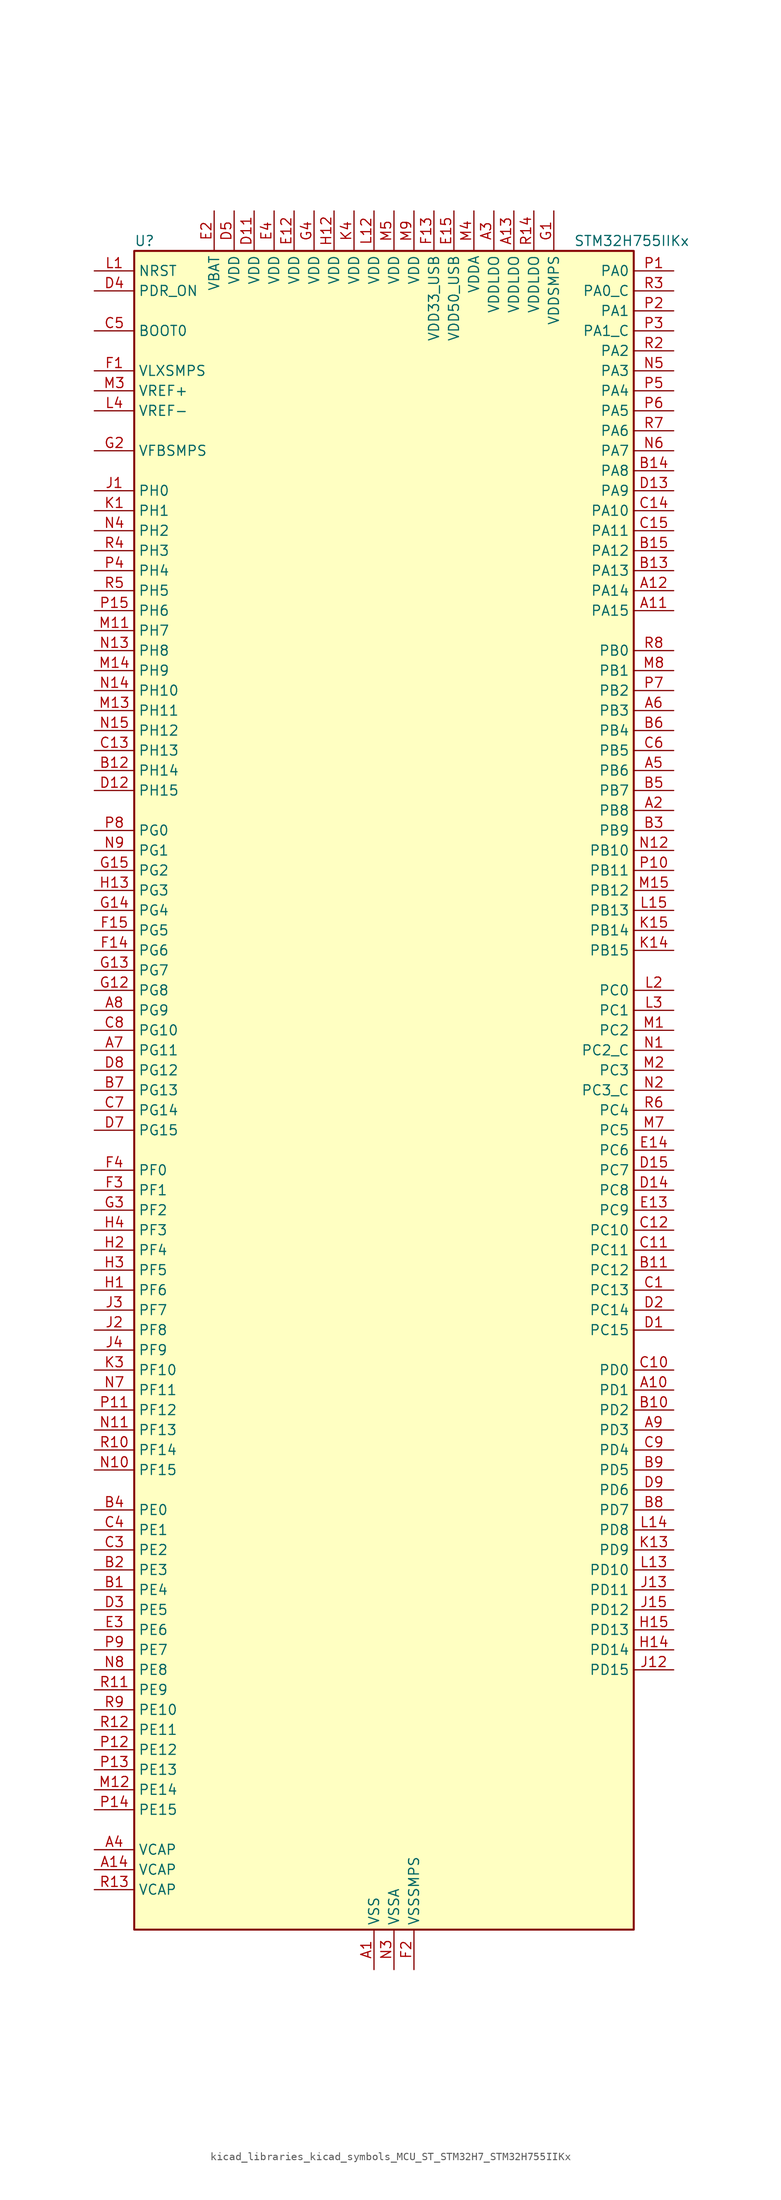
<source format=kicad_sym>
(kicad_symbol_lib
  (version 20220914)
  (generator kicad_symbol_editor)
  (symbol "kicad_libraries_kicad_symbols_MCU_ST_STM32H7_STM32H755IIKx"
    (property "Reference" "U"
      (at -30.48 107.95 0)
      (effects (font (size 1.27 1.27)) (justify left)))
    (property "Value" "STM32H755IIKx"
      (at 25.4 107.95 0)
      (effects (font (size 1.27 1.27)) (justify left)))
    (property "ki_locked" ""
      (at 0 0 0)
      (effects (font (size 1.27 1.27))))
    (symbol "kicad_libraries_kicad_symbols_MCU_ST_STM32H7_STM32H755IIKx_0_1"
      (rectangle (start -30.48 -106.68) (end 33.02 106.68) (stroke (width 0.254) (type default)) (fill (type background))))
    (symbol "kicad_libraries_kicad_symbols_MCU_ST_STM32H7_STM32H755IIKx_1_1"
      (pin power_in line (at 0 -111.76 90) (length 5.08) (name "VSS" (effects (font (size 1.27 1.27)))) (number "A1" (effects (font (size 1.27 1.27)))))
      (pin bidirectional line (at 38.1 -38.1 180) (length 5.08) (name "PD1" (effects (font (size 1.27 1.27)))) (number "A10" (effects (font (size 1.27 1.27)))) (alternate "DFSDM1_DATIN6" bidirectional line) (alternate "FDCAN1_TX" bidirectional line) (alternate "FMC_D3" bidirectional line) (alternate "FMC_DA3" bidirectional line) (alternate "SAI3_SD_A" bidirectional line) (alternate "UART4_TX" bidirectional line))
      (pin bidirectional line (at 38.1 60.96 180) (length 5.08) (name "PA15" (effects (font (size 1.27 1.27)))) (number "A11" (effects (font (size 1.27 1.27)))) (alternate "ADC1_EXTI15" bidirectional line) (alternate "ADC2_EXTI15" bidirectional line) (alternate "ADC3_EXTI15" bidirectional line) (alternate "CEC" bidirectional line) (alternate "DEBUG_JTDI" bidirectional line) (alternate "HRTIM_FLT1" bidirectional line) (alternate "I2S1_WS" bidirectional line) (alternate "I2S3_WS" bidirectional line) (alternate "SPI1_NSS" bidirectional line) (alternate "SPI3_NSS" bidirectional line) (alternate "SPI6_NSS" bidirectional line) (alternate "TIM2_CH1" bidirectional line) (alternate "TIM2_ETR" bidirectional line) (alternate "UART4_DE" bidirectional line) (alternate "UART4_RTS" bidirectional line) (alternate "UART7_TX" bidirectional line))
      (pin bidirectional line (at 38.1 63.5 180) (length 5.08) (name "PA14" (effects (font (size 1.27 1.27)))) (number "A12" (effects (font (size 1.27 1.27)))) (alternate "DEBUG_JTCK-SWCLK" bidirectional line))
      (pin power_in line (at 17.78 111.76 270) (length 5.08) (name "VDDLDO" (effects (font (size 1.27 1.27)))) (number "A13" (effects (font (size 1.27 1.27)))))
      (pin power_out line (at -35.56 -99.06 0) (length 5.08) (name "VCAP" (effects (font (size 1.27 1.27)))) (number "A14" (effects (font (size 1.27 1.27)))))
      (pin passive line (at 0 -111.76 90) (length 5.08) hide (name "VSS" (effects (font (size 1.27 1.27)))) (number "A15" (effects (font (size 1.27 1.27)))))
      (pin bidirectional line (at 38.1 35.56 180) (length 5.08) (name "PB8" (effects (font (size 1.27 1.27)))) (number "A2" (effects (font (size 1.27 1.27)))) (alternate "DCMI_D6" bidirectional line) (alternate "DFSDM1_CKIN7" bidirectional line) (alternate "ETH_TXD3" bidirectional line) (alternate "FDCAN1_RX" bidirectional line) (alternate "I2C1_SCL" bidirectional line) (alternate "I2C4_SCL" bidirectional line) (alternate "LTDC_B6" bidirectional line) (alternate "SDMMC1_CKIN" bidirectional line) (alternate "SDMMC1_D4" bidirectional line) (alternate "SDMMC2_D4" bidirectional line) (alternate "TIM16_CH1" bidirectional line) (alternate "TIM4_CH3" bidirectional line) (alternate "UART4_RX" bidirectional line))
      (pin power_in line (at 15.24 111.76 270) (length 5.08) (name "VDDLDO" (effects (font (size 1.27 1.27)))) (number "A3" (effects (font (size 1.27 1.27)))))
      (pin power_out line (at -35.56 -96.52 0) (length 5.08) (name "VCAP" (effects (font (size 1.27 1.27)))) (number "A4" (effects (font (size 1.27 1.27)))))
      (pin bidirectional line (at 38.1 40.64 180) (length 5.08) (name "PB6" (effects (font (size 1.27 1.27)))) (number "A5" (effects (font (size 1.27 1.27)))) (alternate "CEC" bidirectional line) (alternate "DCMI_D5" bidirectional line) (alternate "DFSDM1_DATIN5" bidirectional line) (alternate "FDCAN2_TX" bidirectional line) (alternate "FMC_SDNE1" bidirectional line) (alternate "HRTIM_EEV8" bidirectional line) (alternate "I2C1_SCL" bidirectional line) (alternate "I2C4_SCL" bidirectional line) (alternate "LPUART1_TX" bidirectional line) (alternate "QUADSPI_BK1_NCS" bidirectional line) (alternate "TIM16_CH1N" bidirectional line) (alternate "TIM4_CH1" bidirectional line) (alternate "UART5_TX" bidirectional line) (alternate "USART1_TX" bidirectional line))
      (pin bidirectional line (at 38.1 48.26 180) (length 5.08) (name "PB3" (effects (font (size 1.27 1.27)))) (number "A6" (effects (font (size 1.27 1.27)))) (alternate "CRS_SYNC" bidirectional line) (alternate "DEBUG_JTDO-SWO" bidirectional line) (alternate "HRTIM_FLT4" bidirectional line) (alternate "I2S1_CK" bidirectional line) (alternate "I2S3_CK" bidirectional line) (alternate "SDMMC2_D2" bidirectional line) (alternate "SPI1_SCK" bidirectional line) (alternate "SPI3_SCK" bidirectional line) (alternate "SPI6_SCK" bidirectional line) (alternate "TIM2_CH2" bidirectional line) (alternate "UART7_RX" bidirectional line))
      (pin bidirectional line (at -35.56 5.08 0) (length 5.08) (name "PG11" (effects (font (size 1.27 1.27)))) (number "A7" (effects (font (size 1.27 1.27)))) (alternate "ADC1_EXTI11" bidirectional line) (alternate "ADC2_EXTI11" bidirectional line) (alternate "ADC3_EXTI11" bidirectional line) (alternate "DCMI_D3" bidirectional line) (alternate "ETH_TX_EN" bidirectional line) (alternate "HRTIM_EEV4" bidirectional line) (alternate "I2S1_CK" bidirectional line) (alternate "LPTIM1_IN2" bidirectional line) (alternate "LTDC_B3" bidirectional line) (alternate "SDMMC2_D2" bidirectional line) (alternate "SPDIFRX1_IN0" bidirectional line) (alternate "SPI1_SCK" bidirectional line))
      (pin bidirectional line (at -35.56 10.16 0) (length 5.08) (name "PG9" (effects (font (size 1.27 1.27)))) (number "A8" (effects (font (size 1.27 1.27)))) (alternate "DAC1_EXTI9" bidirectional line) (alternate "DCMI_VSYNC" bidirectional line) (alternate "FMC_NCE" bidirectional line) (alternate "FMC_NE2" bidirectional line) (alternate "I2S1_SDI" bidirectional line) (alternate "QUADSPI_BK2_IO2" bidirectional line) (alternate "SAI2_FS_B" bidirectional line) (alternate "SPDIFRX1_IN3" bidirectional line) (alternate "SPI1_MISO" bidirectional line) (alternate "USART6_RX" bidirectional line))
      (pin bidirectional line (at 38.1 -43.18 180) (length 5.08) (name "PD3" (effects (font (size 1.27 1.27)))) (number "A9" (effects (font (size 1.27 1.27)))) (alternate "DCMI_D5" bidirectional line) (alternate "DFSDM1_CKOUT" bidirectional line) (alternate "FMC_CLK" bidirectional line) (alternate "I2S2_CK" bidirectional line) (alternate "LTDC_G7" bidirectional line) (alternate "SPI2_SCK" bidirectional line) (alternate "USART2_CTS" bidirectional line) (alternate "USART2_NSS" bidirectional line))
      (pin bidirectional line (at -35.56 -63.5 0) (length 5.08) (name "PE4" (effects (font (size 1.27 1.27)))) (number "B1" (effects (font (size 1.27 1.27)))) (alternate "DCMI_D4" bidirectional line) (alternate "DEBUG_TRACED1" bidirectional line) (alternate "DFSDM1_DATIN3" bidirectional line) (alternate "FMC_A20" bidirectional line) (alternate "LTDC_B0" bidirectional line) (alternate "SAI1_D2" bidirectional line) (alternate "SAI1_FS_A" bidirectional line) (alternate "SAI4_D2" bidirectional line) (alternate "SAI4_FS_A" bidirectional line) (alternate "SPI4_NSS" bidirectional line) (alternate "TIM15_CH1N" bidirectional line))
      (pin bidirectional line (at 38.1 -40.64 180) (length 5.08) (name "PD2" (effects (font (size 1.27 1.27)))) (number "B10" (effects (font (size 1.27 1.27)))) (alternate "DCMI_D11" bidirectional line) (alternate "DEBUG_TRACED2" bidirectional line) (alternate "SDMMC1_CMD" bidirectional line) (alternate "TIM3_ETR" bidirectional line) (alternate "UART5_RX" bidirectional line))
      (pin bidirectional line (at 38.1 -22.86 180) (length 5.08) (name "PC12" (effects (font (size 1.27 1.27)))) (number "B11" (effects (font (size 1.27 1.27)))) (alternate "DCMI_D9" bidirectional line) (alternate "DEBUG_TRACED3" bidirectional line) (alternate "HRTIM_EEV2" bidirectional line) (alternate "I2S3_SDO" bidirectional line) (alternate "SDMMC1_CK" bidirectional line) (alternate "SPI3_MOSI" bidirectional line) (alternate "UART5_TX" bidirectional line) (alternate "USART3_CK" bidirectional line))
      (pin bidirectional line (at -35.56 40.64 0) (length 5.08) (name "PH14" (effects (font (size 1.27 1.27)))) (number "B12" (effects (font (size 1.27 1.27)))) (alternate "DCMI_D4" bidirectional line) (alternate "FDCAN1_RX" bidirectional line) (alternate "FMC_D22" bidirectional line) (alternate "LTDC_G3" bidirectional line) (alternate "TIM8_CH2N" bidirectional line) (alternate "UART4_RX" bidirectional line))
      (pin bidirectional line (at 38.1 66.04 180) (length 5.08) (name "PA13" (effects (font (size 1.27 1.27)))) (number "B13" (effects (font (size 1.27 1.27)))) (alternate "DEBUG_JTMS-SWDIO" bidirectional line))
      (pin bidirectional line (at 38.1 78.74 180) (length 5.08) (name "PA8" (effects (font (size 1.27 1.27)))) (number "B14" (effects (font (size 1.27 1.27)))) (alternate "HRTIM_CHB2" bidirectional line) (alternate "I2C3_SCL" bidirectional line) (alternate "LTDC_B3" bidirectional line) (alternate "LTDC_R6" bidirectional line) (alternate "RCC_MCO_1" bidirectional line) (alternate "TIM1_CH1" bidirectional line) (alternate "TIM8_BKIN2" bidirectional line) (alternate "TIM8_BKIN2_COMP1" bidirectional line) (alternate "TIM8_BKIN2_COMP2" bidirectional line) (alternate "UART7_RX" bidirectional line) (alternate "USART1_CK" bidirectional line) (alternate "USB_OTG_FS_SOF" bidirectional line))
      (pin bidirectional line (at 38.1 68.58 180) (length 5.08) (name "PA12" (effects (font (size 1.27 1.27)))) (number "B15" (effects (font (size 1.27 1.27)))) (alternate "FDCAN1_TX" bidirectional line) (alternate "HRTIM_CHD2" bidirectional line) (alternate "I2S2_CK" bidirectional line) (alternate "LPUART1_DE" bidirectional line) (alternate "LPUART1_RTS" bidirectional line) (alternate "LTDC_R5" bidirectional line) (alternate "SAI2_FS_B" bidirectional line) (alternate "SPI2_SCK" bidirectional line) (alternate "TIM1_ETR" bidirectional line) (alternate "UART4_TX" bidirectional line) (alternate "USART1_DE" bidirectional line) (alternate "USART1_RTS" bidirectional line) (alternate "USB_OTG_FS_DP" bidirectional line))
      (pin bidirectional line (at -35.56 -60.96 0) (length 5.08) (name "PE3" (effects (font (size 1.27 1.27)))) (number "B2" (effects (font (size 1.27 1.27)))) (alternate "DEBUG_TRACED0" bidirectional line) (alternate "FMC_A19" bidirectional line) (alternate "SAI1_SD_B" bidirectional line) (alternate "SAI4_SD_B" bidirectional line) (alternate "TIM15_BKIN" bidirectional line))
      (pin bidirectional line (at 38.1 33.02 180) (length 5.08) (name "PB9" (effects (font (size 1.27 1.27)))) (number "B3" (effects (font (size 1.27 1.27)))) (alternate "DAC1_EXTI9" bidirectional line) (alternate "DCMI_D7" bidirectional line) (alternate "DFSDM1_DATIN7" bidirectional line) (alternate "FDCAN1_TX" bidirectional line) (alternate "I2C1_SDA" bidirectional line) (alternate "I2C4_SDA" bidirectional line) (alternate "I2C4_SMBA" bidirectional line) (alternate "I2S2_WS" bidirectional line) (alternate "LTDC_B7" bidirectional line) (alternate "SDMMC1_CDIR" bidirectional line) (alternate "SDMMC1_D5" bidirectional line) (alternate "SDMMC2_D5" bidirectional line) (alternate "SPI2_NSS" bidirectional line) (alternate "TIM17_CH1" bidirectional line) (alternate "TIM4_CH4" bidirectional line) (alternate "UART4_TX" bidirectional line))
      (pin bidirectional line (at -35.56 -53.34 0) (length 5.08) (name "PE0" (effects (font (size 1.27 1.27)))) (number "B4" (effects (font (size 1.27 1.27)))) (alternate "DCMI_D2" bidirectional line) (alternate "FMC_NBL0" bidirectional line) (alternate "HRTIM_SCIN" bidirectional line) (alternate "LPTIM1_ETR" bidirectional line) (alternate "LPTIM2_ETR" bidirectional line) (alternate "SAI2_MCLK_A" bidirectional line) (alternate "TIM4_ETR" bidirectional line) (alternate "UART8_RX" bidirectional line))
      (pin bidirectional line (at 38.1 38.1 180) (length 5.08) (name "PB7" (effects (font (size 1.27 1.27)))) (number "B5" (effects (font (size 1.27 1.27)))) (alternate "DCMI_VSYNC" bidirectional line) (alternate "DFSDM1_CKIN5" bidirectional line) (alternate "FMC_NL" bidirectional line) (alternate "HRTIM_EEV9" bidirectional line) (alternate "I2C1_SDA" bidirectional line) (alternate "I2C4_SDA" bidirectional line) (alternate "LPUART1_RX" bidirectional line) (alternate "PWR_PVD_IN" bidirectional line) (alternate "TIM17_CH1N" bidirectional line) (alternate "TIM4_CH2" bidirectional line) (alternate "USART1_RX" bidirectional line))
      (pin bidirectional line (at 38.1 45.72 180) (length 5.08) (name "PB4" (effects (font (size 1.27 1.27)))) (number "B6" (effects (font (size 1.27 1.27)))) (alternate "DEBUG_JTRST" bidirectional line) (alternate "HRTIM_EEV6" bidirectional line) (alternate "I2S1_SDI" bidirectional line) (alternate "I2S2_WS" bidirectional line) (alternate "I2S3_SDI" bidirectional line) (alternate "SDMMC2_D3" bidirectional line) (alternate "SPI1_MISO" bidirectional line) (alternate "SPI2_NSS" bidirectional line) (alternate "SPI3_MISO" bidirectional line) (alternate "SPI6_MISO" bidirectional line) (alternate "TIM16_BKIN" bidirectional line) (alternate "TIM3_CH1" bidirectional line) (alternate "UART7_TX" bidirectional line))
      (pin bidirectional line (at -35.56 0 0) (length 5.08) (name "PG13" (effects (font (size 1.27 1.27)))) (number "B7" (effects (font (size 1.27 1.27)))) (alternate "DEBUG_TRACED0" bidirectional line) (alternate "ETH_TXD0" bidirectional line) (alternate "FMC_A24" bidirectional line) (alternate "HRTIM_EEV10" bidirectional line) (alternate "LPTIM1_OUT" bidirectional line) (alternate "LTDC_R0" bidirectional line) (alternate "SPI6_SCK" bidirectional line) (alternate "USART6_CTS" bidirectional line) (alternate "USART6_NSS" bidirectional line))
      (pin bidirectional line (at 38.1 -53.34 180) (length 5.08) (name "PD7" (effects (font (size 1.27 1.27)))) (number "B8" (effects (font (size 1.27 1.27)))) (alternate "DFSDM1_CKIN1" bidirectional line) (alternate "DFSDM1_DATIN4" bidirectional line) (alternate "FMC_NE1" bidirectional line) (alternate "I2S1_SDO" bidirectional line) (alternate "SDMMC2_CMD" bidirectional line) (alternate "SPDIFRX1_IN0" bidirectional line) (alternate "SPI1_MOSI" bidirectional line) (alternate "USART2_CK" bidirectional line))
      (pin bidirectional line (at 38.1 -48.26 180) (length 5.08) (name "PD5" (effects (font (size 1.27 1.27)))) (number "B9" (effects (font (size 1.27 1.27)))) (alternate "FMC_NWE" bidirectional line) (alternate "HRTIM_EEV3" bidirectional line) (alternate "USART2_TX" bidirectional line))
      (pin bidirectional line (at 38.1 -25.4 180) (length 5.08) (name "PC13" (effects (font (size 1.27 1.27)))) (number "C1" (effects (font (size 1.27 1.27)))) (alternate "PWR_WKUP2" bidirectional line) (alternate "RTC_OUT_ALARM" bidirectional line) (alternate "RTC_OUT_CALIB" bidirectional line) (alternate "RTC_TAMP1" bidirectional line) (alternate "RTC_TS" bidirectional line))
      (pin bidirectional line (at 38.1 -35.56 180) (length 5.08) (name "PD0" (effects (font (size 1.27 1.27)))) (number "C10" (effects (font (size 1.27 1.27)))) (alternate "DFSDM1_CKIN6" bidirectional line) (alternate "FDCAN1_RX" bidirectional line) (alternate "FMC_D2" bidirectional line) (alternate "FMC_DA2" bidirectional line) (alternate "SAI3_SCK_A" bidirectional line) (alternate "UART4_RX" bidirectional line))
      (pin bidirectional line (at 38.1 -20.32 180) (length 5.08) (name "PC11" (effects (font (size 1.27 1.27)))) (number "C11" (effects (font (size 1.27 1.27)))) (alternate "ADC1_EXTI11" bidirectional line) (alternate "ADC2_EXTI11" bidirectional line) (alternate "ADC3_EXTI11" bidirectional line) (alternate "DCMI_D4" bidirectional line) (alternate "DFSDM1_DATIN5" bidirectional line) (alternate "HRTIM_FLT2" bidirectional line) (alternate "I2S3_SDI" bidirectional line) (alternate "QUADSPI_BK2_NCS" bidirectional line) (alternate "SDMMC1_D3" bidirectional line) (alternate "SPI3_MISO" bidirectional line) (alternate "UART4_RX" bidirectional line) (alternate "USART3_RX" bidirectional line))
      (pin bidirectional line (at 38.1 -17.78 180) (length 5.08) (name "PC10" (effects (font (size 1.27 1.27)))) (number "C12" (effects (font (size 1.27 1.27)))) (alternate "DCMI_D8" bidirectional line) (alternate "DFSDM1_CKIN5" bidirectional line) (alternate "HRTIM_EEV1" bidirectional line) (alternate "I2S3_CK" bidirectional line) (alternate "LTDC_R2" bidirectional line) (alternate "QUADSPI_BK1_IO1" bidirectional line) (alternate "SDMMC1_D2" bidirectional line) (alternate "SPI3_SCK" bidirectional line) (alternate "UART4_TX" bidirectional line) (alternate "USART3_TX" bidirectional line))
      (pin bidirectional line (at -35.56 43.18 0) (length 5.08) (name "PH13" (effects (font (size 1.27 1.27)))) (number "C13" (effects (font (size 1.27 1.27)))) (alternate "FDCAN1_TX" bidirectional line) (alternate "FMC_D21" bidirectional line) (alternate "LTDC_G2" bidirectional line) (alternate "TIM8_CH1N" bidirectional line) (alternate "UART4_TX" bidirectional line))
      (pin bidirectional line (at 38.1 73.66 180) (length 5.08) (name "PA10" (effects (font (size 1.27 1.27)))) (number "C14" (effects (font (size 1.27 1.27)))) (alternate "DCMI_D1" bidirectional line) (alternate "HRTIM_CHC2" bidirectional line) (alternate "LPUART1_RX" bidirectional line) (alternate "LTDC_B1" bidirectional line) (alternate "LTDC_B4" bidirectional line) (alternate "MDIOS_MDIO" bidirectional line) (alternate "TIM1_CH3" bidirectional line) (alternate "USART1_RX" bidirectional line) (alternate "USB_OTG_FS_ID" bidirectional line))
      (pin bidirectional line (at 38.1 71.12 180) (length 5.08) (name "PA11" (effects (font (size 1.27 1.27)))) (number "C15" (effects (font (size 1.27 1.27)))) (alternate "ADC1_EXTI11" bidirectional line) (alternate "ADC2_EXTI11" bidirectional line) (alternate "ADC3_EXTI11" bidirectional line) (alternate "FDCAN1_RX" bidirectional line) (alternate "HRTIM_CHD1" bidirectional line) (alternate "I2S2_WS" bidirectional line) (alternate "LPUART1_CTS" bidirectional line) (alternate "LTDC_R4" bidirectional line) (alternate "SPI2_NSS" bidirectional line) (alternate "TIM1_CH4" bidirectional line) (alternate "UART4_RX" bidirectional line) (alternate "USART1_CTS" bidirectional line) (alternate "USART1_NSS" bidirectional line) (alternate "USB_OTG_FS_DM" bidirectional line))
      (pin passive line (at 0 -111.76 90) (length 5.08) hide (name "VSS" (effects (font (size 1.27 1.27)))) (number "C2" (effects (font (size 1.27 1.27)))))
      (pin bidirectional line (at -35.56 -58.42 0) (length 5.08) (name "PE2" (effects (font (size 1.27 1.27)))) (number "C3" (effects (font (size 1.27 1.27)))) (alternate "DEBUG_TRACECLK" bidirectional line) (alternate "ETH_TXD3" bidirectional line) (alternate "FMC_A23" bidirectional line) (alternate "QUADSPI_BK1_IO2" bidirectional line) (alternate "SAI1_CK1" bidirectional line) (alternate "SAI1_MCLK_A" bidirectional line) (alternate "SAI4_CK1" bidirectional line) (alternate "SAI4_MCLK_A" bidirectional line) (alternate "SPI4_SCK" bidirectional line))
      (pin bidirectional line (at -35.56 -55.88 0) (length 5.08) (name "PE1" (effects (font (size 1.27 1.27)))) (number "C4" (effects (font (size 1.27 1.27)))) (alternate "DCMI_D3" bidirectional line) (alternate "FMC_NBL1" bidirectional line) (alternate "HRTIM_SCOUT" bidirectional line) (alternate "LPTIM1_IN2" bidirectional line) (alternate "UART8_TX" bidirectional line))
      (pin input line (at -35.56 96.52 0) (length 5.08) (name "BOOT0" (effects (font (size 1.27 1.27)))) (number "C5" (effects (font (size 1.27 1.27)))))
      (pin bidirectional line (at 38.1 43.18 180) (length 5.08) (name "PB5" (effects (font (size 1.27 1.27)))) (number "C6" (effects (font (size 1.27 1.27)))) (alternate "DCMI_D10" bidirectional line) (alternate "ETH_PPS_OUT" bidirectional line) (alternate "FDCAN2_RX" bidirectional line) (alternate "FMC_SDCKE1" bidirectional line) (alternate "HRTIM_EEV7" bidirectional line) (alternate "I2C1_SMBA" bidirectional line) (alternate "I2C4_SMBA" bidirectional line) (alternate "I2S1_SDO" bidirectional line) (alternate "I2S3_SDO" bidirectional line) (alternate "SPI1_MOSI" bidirectional line) (alternate "SPI3_MOSI" bidirectional line) (alternate "SPI6_MOSI" bidirectional line) (alternate "TIM17_BKIN" bidirectional line) (alternate "TIM3_CH2" bidirectional line) (alternate "UART5_RX" bidirectional line) (alternate "USB_OTG_HS_ULPI_D7" bidirectional line))
      (pin bidirectional line (at -35.56 -2.54 0) (length 5.08) (name "PG14" (effects (font (size 1.27 1.27)))) (number "C7" (effects (font (size 1.27 1.27)))) (alternate "DEBUG_TRACED1" bidirectional line) (alternate "ETH_TXD1" bidirectional line) (alternate "FMC_A25" bidirectional line) (alternate "LPTIM1_ETR" bidirectional line) (alternate "LTDC_B0" bidirectional line) (alternate "QUADSPI_BK2_IO3" bidirectional line) (alternate "SPI6_MOSI" bidirectional line) (alternate "USART6_TX" bidirectional line))
      (pin bidirectional line (at -35.56 7.62 0) (length 5.08) (name "PG10" (effects (font (size 1.27 1.27)))) (number "C8" (effects (font (size 1.27 1.27)))) (alternate "DCMI_D2" bidirectional line) (alternate "FMC_NE3" bidirectional line) (alternate "HRTIM_FLT5" bidirectional line) (alternate "I2S1_WS" bidirectional line) (alternate "LTDC_B2" bidirectional line) (alternate "LTDC_G3" bidirectional line) (alternate "SAI2_SD_B" bidirectional line) (alternate "SPI1_NSS" bidirectional line))
      (pin bidirectional line (at 38.1 -45.72 180) (length 5.08) (name "PD4" (effects (font (size 1.27 1.27)))) (number "C9" (effects (font (size 1.27 1.27)))) (alternate "FMC_NOE" bidirectional line) (alternate "HRTIM_FLT3" bidirectional line) (alternate "SAI3_FS_A" bidirectional line) (alternate "USART2_DE" bidirectional line) (alternate "USART2_RTS" bidirectional line))
      (pin bidirectional line (at 38.1 -30.48 180) (length 5.08) (name "PC15" (effects (font (size 1.27 1.27)))) (number "D1" (effects (font (size 1.27 1.27)))) (alternate "ADC1_EXTI15" bidirectional line) (alternate "ADC2_EXTI15" bidirectional line) (alternate "ADC3_EXTI15" bidirectional line) (alternate "RCC_OSC32_OUT" bidirectional line))
      (pin passive line (at 0 -111.76 90) (length 5.08) hide (name "VSS" (effects (font (size 1.27 1.27)))) (number "D10" (effects (font (size 1.27 1.27)))))
      (pin power_in line (at -15.24 111.76 270) (length 5.08) (name "VDD" (effects (font (size 1.27 1.27)))) (number "D11" (effects (font (size 1.27 1.27)))))
      (pin bidirectional line (at -35.56 38.1 0) (length 5.08) (name "PH15" (effects (font (size 1.27 1.27)))) (number "D12" (effects (font (size 1.27 1.27)))) (alternate "ADC1_EXTI15" bidirectional line) (alternate "ADC2_EXTI15" bidirectional line) (alternate "ADC3_EXTI15" bidirectional line) (alternate "DCMI_D11" bidirectional line) (alternate "FMC_D23" bidirectional line) (alternate "LTDC_G4" bidirectional line) (alternate "TIM8_CH3N" bidirectional line))
      (pin bidirectional line (at 38.1 76.2 180) (length 5.08) (name "PA9" (effects (font (size 1.27 1.27)))) (number "D13" (effects (font (size 1.27 1.27)))) (alternate "DAC1_EXTI9" bidirectional line) (alternate "DCMI_D0" bidirectional line) (alternate "HRTIM_CHC1" bidirectional line) (alternate "I2C3_SMBA" bidirectional line) (alternate "I2S2_CK" bidirectional line) (alternate "LPUART1_TX" bidirectional line) (alternate "LTDC_R5" bidirectional line) (alternate "SPI2_SCK" bidirectional line) (alternate "TIM1_CH2" bidirectional line) (alternate "USART1_TX" bidirectional line) (alternate "USB_OTG_FS_VBUS" bidirectional line))
      (pin bidirectional line (at 38.1 -12.7 180) (length 5.08) (name "PC8" (effects (font (size 1.27 1.27)))) (number "D14" (effects (font (size 1.27 1.27)))) (alternate "DCMI_D2" bidirectional line) (alternate "DEBUG_TRACED1" bidirectional line) (alternate "FMC_NCE" bidirectional line) (alternate "FMC_NE2" bidirectional line) (alternate "HRTIM_CHB1" bidirectional line) (alternate "SDMMC1_D0" bidirectional line) (alternate "SWPMI1_RX" bidirectional line) (alternate "TIM3_CH3" bidirectional line) (alternate "TIM8_CH3" bidirectional line) (alternate "UART5_DE" bidirectional line) (alternate "UART5_RTS" bidirectional line) (alternate "USART6_CK" bidirectional line))
      (pin bidirectional line (at 38.1 -10.16 180) (length 5.08) (name "PC7" (effects (font (size 1.27 1.27)))) (number "D15" (effects (font (size 1.27 1.27)))) (alternate "DCMI_D1" bidirectional line) (alternate "DEBUG_TRGIO" bidirectional line) (alternate "DFSDM1_DATIN3" bidirectional line) (alternate "FMC_NE1" bidirectional line) (alternate "HRTIM_CHA2" bidirectional line) (alternate "I2S3_MCK" bidirectional line) (alternate "LTDC_G6" bidirectional line) (alternate "SDMMC1_D123DIR" bidirectional line) (alternate "SDMMC1_D7" bidirectional line) (alternate "SDMMC2_D7" bidirectional line) (alternate "SWPMI1_TX" bidirectional line) (alternate "TIM3_CH2" bidirectional line) (alternate "TIM8_CH2" bidirectional line) (alternate "USART6_RX" bidirectional line))
      (pin bidirectional line (at 38.1 -27.94 180) (length 5.08) (name "PC14" (effects (font (size 1.27 1.27)))) (number "D2" (effects (font (size 1.27 1.27)))) (alternate "RCC_OSC32_IN" bidirectional line))
      (pin bidirectional line (at -35.56 -66.04 0) (length 5.08) (name "PE5" (effects (font (size 1.27 1.27)))) (number "D3" (effects (font (size 1.27 1.27)))) (alternate "DCMI_D6" bidirectional line) (alternate "DEBUG_TRACED2" bidirectional line) (alternate "DFSDM1_CKIN3" bidirectional line) (alternate "FMC_A21" bidirectional line) (alternate "LTDC_G0" bidirectional line) (alternate "SAI1_CK2" bidirectional line) (alternate "SAI1_SCK_A" bidirectional line) (alternate "SAI4_CK2" bidirectional line) (alternate "SAI4_SCK_A" bidirectional line) (alternate "SPI4_MISO" bidirectional line) (alternate "TIM15_CH1" bidirectional line))
      (pin input line (at -35.56 101.6 0) (length 5.08) (name "PDR_ON" (effects (font (size 1.27 1.27)))) (number "D4" (effects (font (size 1.27 1.27)))))
      (pin power_in line (at -17.78 111.76 270) (length 5.08) (name "VDD" (effects (font (size 1.27 1.27)))) (number "D5" (effects (font (size 1.27 1.27)))))
      (pin passive line (at 0 -111.76 90) (length 5.08) hide (name "VSS" (effects (font (size 1.27 1.27)))) (number "D6" (effects (font (size 1.27 1.27)))))
      (pin bidirectional line (at -35.56 -5.08 0) (length 5.08) (name "PG15" (effects (font (size 1.27 1.27)))) (number "D7" (effects (font (size 1.27 1.27)))) (alternate "ADC1_EXTI15" bidirectional line) (alternate "ADC2_EXTI15" bidirectional line) (alternate "ADC3_EXTI15" bidirectional line) (alternate "DCMI_D13" bidirectional line) (alternate "FMC_SDNCAS" bidirectional line) (alternate "USART6_CTS" bidirectional line) (alternate "USART6_NSS" bidirectional line))
      (pin bidirectional line (at -35.56 2.54 0) (length 5.08) (name "PG12" (effects (font (size 1.27 1.27)))) (number "D8" (effects (font (size 1.27 1.27)))) (alternate "ETH_TXD1" bidirectional line) (alternate "FMC_NE4" bidirectional line) (alternate "HRTIM_EEV5" bidirectional line) (alternate "LPTIM1_IN1" bidirectional line) (alternate "LTDC_B1" bidirectional line) (alternate "LTDC_B4" bidirectional line) (alternate "SPDIFRX1_IN1" bidirectional line) (alternate "SPI6_MISO" bidirectional line) (alternate "USART6_DE" bidirectional line) (alternate "USART6_RTS" bidirectional line))
      (pin bidirectional line (at 38.1 -50.8 180) (length 5.08) (name "PD6" (effects (font (size 1.27 1.27)))) (number "D9" (effects (font (size 1.27 1.27)))) (alternate "DCMI_D10" bidirectional line) (alternate "DFSDM1_CKIN4" bidirectional line) (alternate "DFSDM1_DATIN1" bidirectional line) (alternate "FMC_NWAIT" bidirectional line) (alternate "I2S3_SDO" bidirectional line) (alternate "LTDC_B2" bidirectional line) (alternate "SAI1_D1" bidirectional line) (alternate "SAI1_SD_A" bidirectional line) (alternate "SAI4_D1" bidirectional line) (alternate "SAI4_SD_A" bidirectional line) (alternate "SDMMC2_CK" bidirectional line) (alternate "SPI3_MOSI" bidirectional line) (alternate "USART2_RX" bidirectional line))
      (pin passive line (at 0 -111.76 90) (length 5.08) hide (name "VSS" (effects (font (size 1.27 1.27)))) (number "E1" (effects (font (size 1.27 1.27)))))
      (pin power_in line (at -10.16 111.76 270) (length 5.08) (name "VDD" (effects (font (size 1.27 1.27)))) (number "E12" (effects (font (size 1.27 1.27)))))
      (pin bidirectional line (at 38.1 -15.24 180) (length 5.08) (name "PC9" (effects (font (size 1.27 1.27)))) (number "E13" (effects (font (size 1.27 1.27)))) (alternate "DAC1_EXTI9" bidirectional line) (alternate "DCMI_D3" bidirectional line) (alternate "I2C3_SDA" bidirectional line) (alternate "I2S_CKIN" bidirectional line) (alternate "LTDC_B2" bidirectional line) (alternate "LTDC_G3" bidirectional line) (alternate "QUADSPI_BK1_IO0" bidirectional line) (alternate "RCC_MCO_2" bidirectional line) (alternate "SDMMC1_D1" bidirectional line) (alternate "SWPMI1_SUSPEND" bidirectional line) (alternate "TIM3_CH4" bidirectional line) (alternate "TIM8_CH4" bidirectional line) (alternate "UART5_CTS" bidirectional line))
      (pin bidirectional line (at 38.1 -7.62 180) (length 5.08) (name "PC6" (effects (font (size 1.27 1.27)))) (number "E14" (effects (font (size 1.27 1.27)))) (alternate "DCMI_D0" bidirectional line) (alternate "DFSDM1_CKIN3" bidirectional line) (alternate "FMC_NWAIT" bidirectional line) (alternate "HRTIM_CHA1" bidirectional line) (alternate "I2S2_MCK" bidirectional line) (alternate "LTDC_HSYNC" bidirectional line) (alternate "SDMMC1_D0DIR" bidirectional line) (alternate "SDMMC1_D6" bidirectional line) (alternate "SDMMC2_D6" bidirectional line) (alternate "SWPMI1_IO" bidirectional line) (alternate "TIM3_CH1" bidirectional line) (alternate "TIM8_CH1" bidirectional line) (alternate "USART6_TX" bidirectional line))
      (pin power_in line (at 10.16 111.76 270) (length 5.08) (name "VDD50_USB" (effects (font (size 1.27 1.27)))) (number "E15" (effects (font (size 1.27 1.27)))))
      (pin power_in line (at -20.32 111.76 270) (length 5.08) (name "VBAT" (effects (font (size 1.27 1.27)))) (number "E2" (effects (font (size 1.27 1.27)))))
      (pin bidirectional line (at -35.56 -68.58 0) (length 5.08) (name "PE6" (effects (font (size 1.27 1.27)))) (number "E3" (effects (font (size 1.27 1.27)))) (alternate "DCMI_D7" bidirectional line) (alternate "DEBUG_TRACED3" bidirectional line) (alternate "FMC_A22" bidirectional line) (alternate "LTDC_G1" bidirectional line) (alternate "SAI1_D1" bidirectional line) (alternate "SAI1_SD_A" bidirectional line) (alternate "SAI2_MCLK_B" bidirectional line) (alternate "SAI4_D1" bidirectional line) (alternate "SAI4_SD_A" bidirectional line) (alternate "SPI4_MOSI" bidirectional line) (alternate "TIM15_CH2" bidirectional line) (alternate "TIM1_BKIN2" bidirectional line) (alternate "TIM1_BKIN2_COMP1" bidirectional line) (alternate "TIM1_BKIN2_COMP2" bidirectional line))
      (pin power_in line (at -12.7 111.76 270) (length 5.08) (name "VDD" (effects (font (size 1.27 1.27)))) (number "E4" (effects (font (size 1.27 1.27)))))
      (pin power_in line (at -35.56 91.44 0) (length 5.08) (name "VLXSMPS" (effects (font (size 1.27 1.27)))) (number "F1" (effects (font (size 1.27 1.27)))))
      (pin passive line (at 0 -111.76 90) (length 5.08) hide (name "VSS" (effects (font (size 1.27 1.27)))) (number "F10" (effects (font (size 1.27 1.27)))))
      (pin passive line (at 0 -111.76 90) (length 5.08) hide (name "VSS" (effects (font (size 1.27 1.27)))) (number "F12" (effects (font (size 1.27 1.27)))))
      (pin power_in line (at 7.62 111.76 270) (length 5.08) (name "VDD33_USB" (effects (font (size 1.27 1.27)))) (number "F13" (effects (font (size 1.27 1.27)))))
      (pin bidirectional line (at -35.56 17.78 0) (length 5.08) (name "PG6" (effects (font (size 1.27 1.27)))) (number "F14" (effects (font (size 1.27 1.27)))) (alternate "DCMI_D12" bidirectional line) (alternate "FMC_NE3" bidirectional line) (alternate "HRTIM_CHE1" bidirectional line) (alternate "LTDC_R7" bidirectional line) (alternate "QUADSPI_BK1_NCS" bidirectional line) (alternate "TIM17_BKIN" bidirectional line))
      (pin bidirectional line (at -35.56 20.32 0) (length 5.08) (name "PG5" (effects (font (size 1.27 1.27)))) (number "F15" (effects (font (size 1.27 1.27)))) (alternate "FMC_A15" bidirectional line) (alternate "FMC_BA1" bidirectional line) (alternate "TIM1_ETR" bidirectional line))
      (pin power_in line (at 5.08 -111.76 90) (length 5.08) (name "VSSSMPS" (effects (font (size 1.27 1.27)))) (number "F2" (effects (font (size 1.27 1.27)))))
      (pin bidirectional line (at -35.56 -12.7 0) (length 5.08) (name "PF1" (effects (font (size 1.27 1.27)))) (number "F3" (effects (font (size 1.27 1.27)))) (alternate "FMC_A1" bidirectional line) (alternate "I2C2_SCL" bidirectional line))
      (pin bidirectional line (at -35.56 -10.16 0) (length 5.08) (name "PF0" (effects (font (size 1.27 1.27)))) (number "F4" (effects (font (size 1.27 1.27)))) (alternate "FMC_A0" bidirectional line) (alternate "I2C2_SDA" bidirectional line))
      (pin passive line (at 0 -111.76 90) (length 5.08) hide (name "VSS" (effects (font (size 1.27 1.27)))) (number "F6" (effects (font (size 1.27 1.27)))))
      (pin passive line (at 0 -111.76 90) (length 5.08) hide (name "VSS" (effects (font (size 1.27 1.27)))) (number "F7" (effects (font (size 1.27 1.27)))))
      (pin passive line (at 0 -111.76 90) (length 5.08) hide (name "VSS" (effects (font (size 1.27 1.27)))) (number "F8" (effects (font (size 1.27 1.27)))))
      (pin passive line (at 0 -111.76 90) (length 5.08) hide (name "VSS" (effects (font (size 1.27 1.27)))) (number "F9" (effects (font (size 1.27 1.27)))))
      (pin power_in line (at 22.86 111.76 270) (length 5.08) (name "VDDSMPS" (effects (font (size 1.27 1.27)))) (number "G1" (effects (font (size 1.27 1.27)))))
      (pin passive line (at 0 -111.76 90) (length 5.08) hide (name "VSS" (effects (font (size 1.27 1.27)))) (number "G10" (effects (font (size 1.27 1.27)))))
      (pin bidirectional line (at -35.56 12.7 0) (length 5.08) (name "PG8" (effects (font (size 1.27 1.27)))) (number "G12" (effects (font (size 1.27 1.27)))) (alternate "ETH_PPS_OUT" bidirectional line) (alternate "FMC_SDCLK" bidirectional line) (alternate "LTDC_G7" bidirectional line) (alternate "SPDIFRX1_IN2" bidirectional line) (alternate "SPI6_NSS" bidirectional line) (alternate "TIM8_ETR" bidirectional line) (alternate "USART6_DE" bidirectional line) (alternate "USART6_RTS" bidirectional line))
      (pin bidirectional line (at -35.56 15.24 0) (length 5.08) (name "PG7" (effects (font (size 1.27 1.27)))) (number "G13" (effects (font (size 1.27 1.27)))) (alternate "DCMI_D13" bidirectional line) (alternate "FMC_INT" bidirectional line) (alternate "HRTIM_CHE2" bidirectional line) (alternate "LTDC_CLK" bidirectional line) (alternate "SAI1_MCLK_A" bidirectional line) (alternate "USART6_CK" bidirectional line))
      (pin bidirectional line (at -35.56 22.86 0) (length 5.08) (name "PG4" (effects (font (size 1.27 1.27)))) (number "G14" (effects (font (size 1.27 1.27)))) (alternate "FMC_A14" bidirectional line) (alternate "FMC_BA0" bidirectional line) (alternate "TIM1_BKIN2" bidirectional line) (alternate "TIM1_BKIN2_COMP1" bidirectional line) (alternate "TIM1_BKIN2_COMP2" bidirectional line))
      (pin bidirectional line (at -35.56 27.94 0) (length 5.08) (name "PG2" (effects (font (size 1.27 1.27)))) (number "G15" (effects (font (size 1.27 1.27)))) (alternate "FMC_A12" bidirectional line) (alternate "TIM8_BKIN" bidirectional line) (alternate "TIM8_BKIN_COMP1" bidirectional line) (alternate "TIM8_BKIN_COMP2" bidirectional line))
      (pin input line (at -35.56 81.28 0) (length 5.08) (name "VFBSMPS" (effects (font (size 1.27 1.27)))) (number "G2" (effects (font (size 1.27 1.27)))))
      (pin bidirectional line (at -35.56 -15.24 0) (length 5.08) (name "PF2" (effects (font (size 1.27 1.27)))) (number "G3" (effects (font (size 1.27 1.27)))) (alternate "FMC_A2" bidirectional line) (alternate "I2C2_SMBA" bidirectional line))
      (pin power_in line (at -7.62 111.76 270) (length 5.08) (name "VDD" (effects (font (size 1.27 1.27)))) (number "G4" (effects (font (size 1.27 1.27)))))
      (pin passive line (at 0 -111.76 90) (length 5.08) hide (name "VSS" (effects (font (size 1.27 1.27)))) (number "G6" (effects (font (size 1.27 1.27)))))
      (pin passive line (at 0 -111.76 90) (length 5.08) hide (name "VSS" (effects (font (size 1.27 1.27)))) (number "G7" (effects (font (size 1.27 1.27)))))
      (pin passive line (at 0 -111.76 90) (length 5.08) hide (name "VSS" (effects (font (size 1.27 1.27)))) (number "G8" (effects (font (size 1.27 1.27)))))
      (pin passive line (at 0 -111.76 90) (length 5.08) hide (name "VSS" (effects (font (size 1.27 1.27)))) (number "G9" (effects (font (size 1.27 1.27)))))
      (pin bidirectional line (at -35.56 -25.4 0) (length 5.08) (name "PF6" (effects (font (size 1.27 1.27)))) (number "H1" (effects (font (size 1.27 1.27)))) (alternate "ADC3_INN4" bidirectional line) (alternate "ADC3_INP8" bidirectional line) (alternate "QUADSPI_BK1_IO3" bidirectional line) (alternate "SAI1_SD_B" bidirectional line) (alternate "SAI4_SD_B" bidirectional line) (alternate "SPI5_NSS" bidirectional line) (alternate "TIM16_CH1" bidirectional line) (alternate "UART7_RX" bidirectional line))
      (pin passive line (at 0 -111.76 90) (length 5.08) hide (name "VSS" (effects (font (size 1.27 1.27)))) (number "H10" (effects (font (size 1.27 1.27)))))
      (pin power_in line (at -5.08 111.76 270) (length 5.08) (name "VDD" (effects (font (size 1.27 1.27)))) (number "H12" (effects (font (size 1.27 1.27)))))
      (pin bidirectional line (at -35.56 25.4 0) (length 5.08) (name "PG3" (effects (font (size 1.27 1.27)))) (number "H13" (effects (font (size 1.27 1.27)))) (alternate "FMC_A13" bidirectional line) (alternate "TIM8_BKIN2" bidirectional line) (alternate "TIM8_BKIN2_COMP1" bidirectional line) (alternate "TIM8_BKIN2_COMP2" bidirectional line))
      (pin bidirectional line (at 38.1 -71.12 180) (length 5.08) (name "PD14" (effects (font (size 1.27 1.27)))) (number "H14" (effects (font (size 1.27 1.27)))) (alternate "FMC_D0" bidirectional line) (alternate "FMC_DA0" bidirectional line) (alternate "SAI3_MCLK_B" bidirectional line) (alternate "TIM4_CH3" bidirectional line) (alternate "UART8_CTS" bidirectional line))
      (pin bidirectional line (at 38.1 -68.58 180) (length 5.08) (name "PD13" (effects (font (size 1.27 1.27)))) (number "H15" (effects (font (size 1.27 1.27)))) (alternate "FMC_A18" bidirectional line) (alternate "I2C4_SDA" bidirectional line) (alternate "LPTIM1_OUT" bidirectional line) (alternate "QUADSPI_BK1_IO3" bidirectional line) (alternate "SAI2_SCK_A" bidirectional line) (alternate "TIM4_CH2" bidirectional line))
      (pin bidirectional line (at -35.56 -20.32 0) (length 5.08) (name "PF4" (effects (font (size 1.27 1.27)))) (number "H2" (effects (font (size 1.27 1.27)))) (alternate "ADC3_INN5" bidirectional line) (alternate "ADC3_INP9" bidirectional line) (alternate "FMC_A4" bidirectional line))
      (pin bidirectional line (at -35.56 -22.86 0) (length 5.08) (name "PF5" (effects (font (size 1.27 1.27)))) (number "H3" (effects (font (size 1.27 1.27)))) (alternate "ADC3_INP4" bidirectional line) (alternate "FMC_A5" bidirectional line))
      (pin bidirectional line (at -35.56 -17.78 0) (length 5.08) (name "PF3" (effects (font (size 1.27 1.27)))) (number "H4" (effects (font (size 1.27 1.27)))) (alternate "ADC3_INP5" bidirectional line) (alternate "FMC_A3" bidirectional line))
      (pin passive line (at 0 -111.76 90) (length 5.08) hide (name "VSS" (effects (font (size 1.27 1.27)))) (number "H6" (effects (font (size 1.27 1.27)))))
      (pin passive line (at 0 -111.76 90) (length 5.08) hide (name "VSS" (effects (font (size 1.27 1.27)))) (number "H7" (effects (font (size 1.27 1.27)))))
      (pin passive line (at 0 -111.76 90) (length 5.08) hide (name "VSS" (effects (font (size 1.27 1.27)))) (number "H8" (effects (font (size 1.27 1.27)))))
      (pin passive line (at 0 -111.76 90) (length 5.08) hide (name "VSS" (effects (font (size 1.27 1.27)))) (number "H9" (effects (font (size 1.27 1.27)))))
      (pin bidirectional line (at -35.56 76.2 0) (length 5.08) (name "PH0" (effects (font (size 1.27 1.27)))) (number "J1" (effects (font (size 1.27 1.27)))) (alternate "RCC_OSC_IN" bidirectional line))
      (pin passive line (at 0 -111.76 90) (length 5.08) hide (name "VSS" (effects (font (size 1.27 1.27)))) (number "J10" (effects (font (size 1.27 1.27)))))
      (pin bidirectional line (at 38.1 -73.66 180) (length 5.08) (name "PD15" (effects (font (size 1.27 1.27)))) (number "J12" (effects (font (size 1.27 1.27)))) (alternate "ADC1_EXTI15" bidirectional line) (alternate "ADC2_EXTI15" bidirectional line) (alternate "ADC3_EXTI15" bidirectional line) (alternate "FMC_D1" bidirectional line) (alternate "FMC_DA1" bidirectional line) (alternate "SAI3_MCLK_A" bidirectional line) (alternate "TIM4_CH4" bidirectional line) (alternate "UART8_DE" bidirectional line) (alternate "UART8_RTS" bidirectional line))
      (pin bidirectional line (at 38.1 -63.5 180) (length 5.08) (name "PD11" (effects (font (size 1.27 1.27)))) (number "J13" (effects (font (size 1.27 1.27)))) (alternate "ADC1_EXTI11" bidirectional line) (alternate "ADC2_EXTI11" bidirectional line) (alternate "ADC3_EXTI11" bidirectional line) (alternate "FMC_A16" bidirectional line) (alternate "FMC_CLE" bidirectional line) (alternate "I2C4_SMBA" bidirectional line) (alternate "LPTIM2_IN2" bidirectional line) (alternate "QUADSPI_BK1_IO0" bidirectional line) (alternate "SAI2_SD_A" bidirectional line) (alternate "USART3_CTS" bidirectional line) (alternate "USART3_NSS" bidirectional line))
      (pin passive line (at 0 -111.76 90) (length 5.08) hide (name "VSS" (effects (font (size 1.27 1.27)))) (number "J14" (effects (font (size 1.27 1.27)))))
      (pin bidirectional line (at 38.1 -66.04 180) (length 5.08) (name "PD12" (effects (font (size 1.27 1.27)))) (number "J15" (effects (font (size 1.27 1.27)))) (alternate "FMC_A17" bidirectional line) (alternate "FMC_ALE" bidirectional line) (alternate "I2C4_SCL" bidirectional line) (alternate "LPTIM1_IN1" bidirectional line) (alternate "LPTIM2_IN1" bidirectional line) (alternate "QUADSPI_BK1_IO1" bidirectional line) (alternate "SAI2_FS_A" bidirectional line) (alternate "TIM4_CH1" bidirectional line) (alternate "USART3_DE" bidirectional line) (alternate "USART3_RTS" bidirectional line))
      (pin bidirectional line (at -35.56 -30.48 0) (length 5.08) (name "PF8" (effects (font (size 1.27 1.27)))) (number "J2" (effects (font (size 1.27 1.27)))) (alternate "ADC3_INN3" bidirectional line) (alternate "ADC3_INP7" bidirectional line) (alternate "QUADSPI_BK1_IO0" bidirectional line) (alternate "SAI1_SCK_B" bidirectional line) (alternate "SAI4_SCK_B" bidirectional line) (alternate "SPI5_MISO" bidirectional line) (alternate "TIM13_CH1" bidirectional line) (alternate "TIM16_CH1N" bidirectional line) (alternate "UART7_DE" bidirectional line) (alternate "UART7_RTS" bidirectional line))
      (pin bidirectional line (at -35.56 -27.94 0) (length 5.08) (name "PF7" (effects (font (size 1.27 1.27)))) (number "J3" (effects (font (size 1.27 1.27)))) (alternate "ADC3_INP3" bidirectional line) (alternate "QUADSPI_BK1_IO2" bidirectional line) (alternate "SAI1_MCLK_B" bidirectional line) (alternate "SAI4_MCLK_B" bidirectional line) (alternate "SPI5_SCK" bidirectional line) (alternate "TIM17_CH1" bidirectional line) (alternate "UART7_TX" bidirectional line))
      (pin bidirectional line (at -35.56 -33.02 0) (length 5.08) (name "PF9" (effects (font (size 1.27 1.27)))) (number "J4" (effects (font (size 1.27 1.27)))) (alternate "ADC3_INP2" bidirectional line) (alternate "DAC1_EXTI9" bidirectional line) (alternate "QUADSPI_BK1_IO1" bidirectional line) (alternate "SAI1_FS_B" bidirectional line) (alternate "SAI4_FS_B" bidirectional line) (alternate "SPI5_MOSI" bidirectional line) (alternate "TIM14_CH1" bidirectional line) (alternate "TIM17_CH1N" bidirectional line) (alternate "UART7_CTS" bidirectional line))
      (pin passive line (at 0 -111.76 90) (length 5.08) hide (name "VSS" (effects (font (size 1.27 1.27)))) (number "J6" (effects (font (size 1.27 1.27)))))
      (pin passive line (at 0 -111.76 90) (length 5.08) hide (name "VSS" (effects (font (size 1.27 1.27)))) (number "J7" (effects (font (size 1.27 1.27)))))
      (pin passive line (at 0 -111.76 90) (length 5.08) hide (name "VSS" (effects (font (size 1.27 1.27)))) (number "J8" (effects (font (size 1.27 1.27)))))
      (pin passive line (at 0 -111.76 90) (length 5.08) hide (name "VSS" (effects (font (size 1.27 1.27)))) (number "J9" (effects (font (size 1.27 1.27)))))
      (pin bidirectional line (at -35.56 73.66 0) (length 5.08) (name "PH1" (effects (font (size 1.27 1.27)))) (number "K1" (effects (font (size 1.27 1.27)))) (alternate "RCC_OSC_OUT" bidirectional line))
      (pin passive line (at 0 -111.76 90) (length 5.08) hide (name "VSS" (effects (font (size 1.27 1.27)))) (number "K10" (effects (font (size 1.27 1.27)))))
      (pin passive line (at 0 -111.76 90) (length 5.08) hide (name "VSS" (effects (font (size 1.27 1.27)))) (number "K12" (effects (font (size 1.27 1.27)))))
      (pin bidirectional line (at 38.1 -58.42 180) (length 5.08) (name "PD9" (effects (font (size 1.27 1.27)))) (number "K13" (effects (font (size 1.27 1.27)))) (alternate "DAC1_EXTI9" bidirectional line) (alternate "DFSDM1_DATIN3" bidirectional line) (alternate "FMC_D14" bidirectional line) (alternate "FMC_DA14" bidirectional line) (alternate "SAI3_SD_B" bidirectional line) (alternate "USART3_RX" bidirectional line))
      (pin bidirectional line (at 38.1 17.78 180) (length 5.08) (name "PB15" (effects (font (size 1.27 1.27)))) (number "K14" (effects (font (size 1.27 1.27)))) (alternate "ADC1_EXTI15" bidirectional line) (alternate "ADC2_EXTI15" bidirectional line) (alternate "ADC3_EXTI15" bidirectional line) (alternate "DFSDM1_CKIN2" bidirectional line) (alternate "I2S2_SDO" bidirectional line) (alternate "RTC_REFIN" bidirectional line) (alternate "SDMMC2_D1" bidirectional line) (alternate "SPI2_MOSI" bidirectional line) (alternate "TIM12_CH2" bidirectional line) (alternate "TIM1_CH3N" bidirectional line) (alternate "TIM8_CH3N" bidirectional line) (alternate "UART4_CTS" bidirectional line) (alternate "USART1_RX" bidirectional line) (alternate "USB_OTG_HS_DP" bidirectional line))
      (pin bidirectional line (at 38.1 20.32 180) (length 5.08) (name "PB14" (effects (font (size 1.27 1.27)))) (number "K15" (effects (font (size 1.27 1.27)))) (alternate "DFSDM1_DATIN2" bidirectional line) (alternate "I2S2_SDI" bidirectional line) (alternate "SDMMC2_D0" bidirectional line) (alternate "SPI2_MISO" bidirectional line) (alternate "TIM12_CH1" bidirectional line) (alternate "TIM1_CH2N" bidirectional line) (alternate "TIM8_CH2N" bidirectional line) (alternate "UART4_DE" bidirectional line) (alternate "UART4_RTS" bidirectional line) (alternate "USART1_TX" bidirectional line) (alternate "USART3_DE" bidirectional line) (alternate "USART3_RTS" bidirectional line) (alternate "USB_OTG_HS_DM" bidirectional line))
      (pin passive line (at 0 -111.76 90) (length 5.08) hide (name "VSS" (effects (font (size 1.27 1.27)))) (number "K2" (effects (font (size 1.27 1.27)))))
      (pin bidirectional line (at -35.56 -35.56 0) (length 5.08) (name "PF10" (effects (font (size 1.27 1.27)))) (number "K3" (effects (font (size 1.27 1.27)))) (alternate "ADC3_INN2" bidirectional line) (alternate "ADC3_INP6" bidirectional line) (alternate "DCMI_D11" bidirectional line) (alternate "LTDC_DE" bidirectional line) (alternate "QUADSPI_CLK" bidirectional line) (alternate "SAI1_D3" bidirectional line) (alternate "SAI4_D3" bidirectional line) (alternate "TIM16_BKIN" bidirectional line))
      (pin power_in line (at -2.54 111.76 270) (length 5.08) (name "VDD" (effects (font (size 1.27 1.27)))) (number "K4" (effects (font (size 1.27 1.27)))))
      (pin passive line (at 0 -111.76 90) (length 5.08) hide (name "VSS" (effects (font (size 1.27 1.27)))) (number "K6" (effects (font (size 1.27 1.27)))))
      (pin passive line (at 0 -111.76 90) (length 5.08) hide (name "VSS" (effects (font (size 1.27 1.27)))) (number "K7" (effects (font (size 1.27 1.27)))))
      (pin passive line (at 0 -111.76 90) (length 5.08) hide (name "VSS" (effects (font (size 1.27 1.27)))) (number "K8" (effects (font (size 1.27 1.27)))))
      (pin passive line (at 0 -111.76 90) (length 5.08) hide (name "VSS" (effects (font (size 1.27 1.27)))) (number "K9" (effects (font (size 1.27 1.27)))))
      (pin input line (at -35.56 104.14 0) (length 5.08) (name "NRST" (effects (font (size 1.27 1.27)))) (number "L1" (effects (font (size 1.27 1.27)))))
      (pin power_in line (at 0 111.76 270) (length 5.08) (name "VDD" (effects (font (size 1.27 1.27)))) (number "L12" (effects (font (size 1.27 1.27)))))
      (pin bidirectional line (at 38.1 -60.96 180) (length 5.08) (name "PD10" (effects (font (size 1.27 1.27)))) (number "L13" (effects (font (size 1.27 1.27)))) (alternate "DFSDM1_CKOUT" bidirectional line) (alternate "FMC_D15" bidirectional line) (alternate "FMC_DA15" bidirectional line) (alternate "LTDC_B3" bidirectional line) (alternate "SAI3_FS_B" bidirectional line) (alternate "USART3_CK" bidirectional line))
      (pin bidirectional line (at 38.1 -55.88 180) (length 5.08) (name "PD8" (effects (font (size 1.27 1.27)))) (number "L14" (effects (font (size 1.27 1.27)))) (alternate "DFSDM1_CKIN3" bidirectional line) (alternate "FMC_D13" bidirectional line) (alternate "FMC_DA13" bidirectional line) (alternate "SAI3_SCK_B" bidirectional line) (alternate "SPDIFRX1_IN1" bidirectional line) (alternate "USART3_TX" bidirectional line))
      (pin bidirectional line (at 38.1 22.86 180) (length 5.08) (name "PB13" (effects (font (size 1.27 1.27)))) (number "L15" (effects (font (size 1.27 1.27)))) (alternate "DFSDM1_CKIN1" bidirectional line) (alternate "ETH_TXD1" bidirectional line) (alternate "FDCAN2_TX" bidirectional line) (alternate "I2S2_CK" bidirectional line) (alternate "LPTIM2_OUT" bidirectional line) (alternate "SPI2_SCK" bidirectional line) (alternate "TIM1_CH1N" bidirectional line) (alternate "UART5_TX" bidirectional line) (alternate "USART3_CTS" bidirectional line) (alternate "USART3_NSS" bidirectional line) (alternate "USB_OTG_HS_ULPI_D6" bidirectional line) (alternate "USB_OTG_HS_VBUS" bidirectional line))
      (pin bidirectional line (at 38.1 12.7 180) (length 5.08) (name "PC0" (effects (font (size 1.27 1.27)))) (number "L2" (effects (font (size 1.27 1.27)))) (alternate "ADC1_INP10" bidirectional line) (alternate "ADC2_INP10" bidirectional line) (alternate "ADC3_INP10" bidirectional line) (alternate "DFSDM1_CKIN0" bidirectional line) (alternate "DFSDM1_DATIN4" bidirectional line) (alternate "FMC_SDNWE" bidirectional line) (alternate "LTDC_R5" bidirectional line) (alternate "SAI2_FS_B" bidirectional line) (alternate "USB_OTG_HS_ULPI_STP" bidirectional line))
      (pin bidirectional line (at 38.1 10.16 180) (length 5.08) (name "PC1" (effects (font (size 1.27 1.27)))) (number "L3" (effects (font (size 1.27 1.27)))) (alternate "ADC1_INN10" bidirectional line) (alternate "ADC1_INP11" bidirectional line) (alternate "ADC2_INN10" bidirectional line) (alternate "ADC2_INP11" bidirectional line) (alternate "ADC3_INN10" bidirectional line) (alternate "ADC3_INP11" bidirectional line) (alternate "DEBUG_TRACED0" bidirectional line) (alternate "DFSDM1_CKIN4" bidirectional line) (alternate "DFSDM1_DATIN0" bidirectional line) (alternate "ETH_MDC" bidirectional line) (alternate "I2S2_SDO" bidirectional line) (alternate "MDIOS_MDC" bidirectional line) (alternate "PWR_WKUP5" bidirectional line) (alternate "RTC_TAMP3" bidirectional line) (alternate "SAI1_D1" bidirectional line) (alternate "SAI1_SD_A" bidirectional line) (alternate "SAI4_D1" bidirectional line) (alternate "SAI4_SD_A" bidirectional line) (alternate "SDMMC2_CK" bidirectional line) (alternate "SPI2_MOSI" bidirectional line))
      (pin input line (at -35.56 86.36 0) (length 5.08) (name "VREF-" (effects (font (size 1.27 1.27)))) (number "L4" (effects (font (size 1.27 1.27)))))
      (pin bidirectional line (at 38.1 7.62 180) (length 5.08) (name "PC2" (effects (font (size 1.27 1.27)))) (number "M1" (effects (font (size 1.27 1.27)))) (alternate "ADC1_INN11" bidirectional line) (alternate "ADC1_INP12" bidirectional line) (alternate "ADC2_INN11" bidirectional line) (alternate "ADC2_INP12" bidirectional line) (alternate "ADC3_INN11" bidirectional line) (alternate "ADC3_INP12" bidirectional line) (alternate "DFSDM1_CKIN1" bidirectional line) (alternate "DFSDM1_CKOUT" bidirectional line) (alternate "ETH_TXD2" bidirectional line) (alternate "FMC_SDNE0" bidirectional line) (alternate "I2S2_SDI" bidirectional line) (alternate "PWR_CSTOP" bidirectional line) (alternate "SPI2_MISO" bidirectional line) (alternate "USB_OTG_HS_ULPI_DIR" bidirectional line))
      (pin passive line (at 0 -111.76 90) (length 5.08) hide (name "VSS" (effects (font (size 1.27 1.27)))) (number "M10" (effects (font (size 1.27 1.27)))))
      (pin bidirectional line (at -35.56 58.42 0) (length 5.08) (name "PH7" (effects (font (size 1.27 1.27)))) (number "M11" (effects (font (size 1.27 1.27)))) (alternate "DCMI_D9" bidirectional line) (alternate "ETH_RXD3" bidirectional line) (alternate "FMC_SDCKE1" bidirectional line) (alternate "I2C3_SCL" bidirectional line) (alternate "SPI5_MISO" bidirectional line))
      (pin bidirectional line (at -35.56 -88.9 0) (length 5.08) (name "PE14" (effects (font (size 1.27 1.27)))) (number "M12" (effects (font (size 1.27 1.27)))) (alternate "FMC_D11" bidirectional line) (alternate "FMC_DA11" bidirectional line) (alternate "LTDC_CLK" bidirectional line) (alternate "SAI2_MCLK_B" bidirectional line) (alternate "SPI4_MOSI" bidirectional line) (alternate "TIM1_CH4" bidirectional line))
      (pin bidirectional line (at -35.56 48.26 0) (length 5.08) (name "PH11" (effects (font (size 1.27 1.27)))) (number "M13" (effects (font (size 1.27 1.27)))) (alternate "ADC1_EXTI11" bidirectional line) (alternate "ADC2_EXTI11" bidirectional line) (alternate "ADC3_EXTI11" bidirectional line) (alternate "DCMI_D2" bidirectional line) (alternate "FMC_D19" bidirectional line) (alternate "I2C4_SCL" bidirectional line) (alternate "LTDC_R5" bidirectional line) (alternate "TIM5_CH2" bidirectional line))
      (pin bidirectional line (at -35.56 53.34 0) (length 5.08) (name "PH9" (effects (font (size 1.27 1.27)))) (number "M14" (effects (font (size 1.27 1.27)))) (alternate "DAC1_EXTI9" bidirectional line) (alternate "DCMI_D0" bidirectional line) (alternate "FMC_D17" bidirectional line) (alternate "I2C3_SMBA" bidirectional line) (alternate "LTDC_R3" bidirectional line) (alternate "TIM12_CH2" bidirectional line))
      (pin bidirectional line (at 38.1 25.4 180) (length 5.08) (name "PB12" (effects (font (size 1.27 1.27)))) (number "M15" (effects (font (size 1.27 1.27)))) (alternate "DFSDM1_DATIN1" bidirectional line) (alternate "ETH_TXD0" bidirectional line) (alternate "FDCAN2_RX" bidirectional line) (alternate "I2C2_SMBA" bidirectional line) (alternate "I2S2_WS" bidirectional line) (alternate "SPI2_NSS" bidirectional line) (alternate "TIM1_BKIN" bidirectional line) (alternate "TIM1_BKIN_COMP1" bidirectional line) (alternate "TIM1_BKIN_COMP2" bidirectional line) (alternate "UART5_RX" bidirectional line) (alternate "USART3_CK" bidirectional line) (alternate "USB_OTG_HS_ID" bidirectional line) (alternate "USB_OTG_HS_ULPI_D5" bidirectional line))
      (pin bidirectional line (at 38.1 2.54 180) (length 5.08) (name "PC3" (effects (font (size 1.27 1.27)))) (number "M2" (effects (font (size 1.27 1.27)))) (alternate "ADC1_INN12" bidirectional line) (alternate "ADC1_INP13" bidirectional line) (alternate "ADC2_INN12" bidirectional line) (alternate "ADC2_INP13" bidirectional line) (alternate "DFSDM1_DATIN1" bidirectional line) (alternate "ETH_TX_CLK" bidirectional line) (alternate "FMC_SDCKE0" bidirectional line) (alternate "I2S2_SDO" bidirectional line) (alternate "PWR_CSLEEP" bidirectional line) (alternate "SPI2_MOSI" bidirectional line) (alternate "USB_OTG_HS_ULPI_NXT" bidirectional line))
      (pin input line (at -35.56 88.9 0) (length 5.08) (name "VREF+" (effects (font (size 1.27 1.27)))) (number "M3" (effects (font (size 1.27 1.27)))) (alternate "VREFBUF_OUT" bidirectional line))
      (pin power_in line (at 12.7 111.76 270) (length 5.08) (name "VDDA" (effects (font (size 1.27 1.27)))) (number "M4" (effects (font (size 1.27 1.27)))))
      (pin power_in line (at 2.54 111.76 270) (length 5.08) (name "VDD" (effects (font (size 1.27 1.27)))) (number "M5" (effects (font (size 1.27 1.27)))))
      (pin passive line (at 0 -111.76 90) (length 5.08) hide (name "VSS" (effects (font (size 1.27 1.27)))) (number "M6" (effects (font (size 1.27 1.27)))))
      (pin bidirectional line (at 38.1 -5.08 180) (length 5.08) (name "PC5" (effects (font (size 1.27 1.27)))) (number "M7" (effects (font (size 1.27 1.27)))) (alternate "ADC1_INN4" bidirectional line) (alternate "ADC1_INP8" bidirectional line) (alternate "ADC2_INN4" bidirectional line) (alternate "ADC2_INP8" bidirectional line) (alternate "COMP1_OUT" bidirectional line) (alternate "DFSDM1_DATIN2" bidirectional line) (alternate "ETH_RXD1" bidirectional line) (alternate "FMC_SDCKE0" bidirectional line) (alternate "OPAMP1_VINM" bidirectional line) (alternate "OPAMP1_VINM0" bidirectional line) (alternate "SAI1_D3" bidirectional line) (alternate "SAI4_D3" bidirectional line) (alternate "SPDIFRX1_IN3" bidirectional line))
      (pin bidirectional line (at 38.1 53.34 180) (length 5.08) (name "PB1" (effects (font (size 1.27 1.27)))) (number "M8" (effects (font (size 1.27 1.27)))) (alternate "ADC1_INP5" bidirectional line) (alternate "ADC2_INP5" bidirectional line) (alternate "COMP1_INM" bidirectional line) (alternate "DFSDM1_DATIN1" bidirectional line) (alternate "ETH_RXD3" bidirectional line) (alternate "LTDC_G0" bidirectional line) (alternate "LTDC_R6" bidirectional line) (alternate "TIM1_CH3N" bidirectional line) (alternate "TIM3_CH4" bidirectional line) (alternate "TIM8_CH3N" bidirectional line) (alternate "USB_OTG_HS_ULPI_D2" bidirectional line))
      (pin power_in line (at 5.08 111.76 270) (length 5.08) (name "VDD" (effects (font (size 1.27 1.27)))) (number "M9" (effects (font (size 1.27 1.27)))))
      (pin bidirectional line (at 38.1 5.08 180) (length 5.08) (name "PC2_C" (effects (font (size 1.27 1.27)))) (number "N1" (effects (font (size 1.27 1.27)))) (alternate "ADC3_INN1" bidirectional line) (alternate "ADC3_INP0" bidirectional line) (alternate "DFSDM1_CKIN1" bidirectional line) (alternate "DFSDM1_CKOUT" bidirectional line) (alternate "ETH_TXD2" bidirectional line) (alternate "FMC_SDNE0" bidirectional line) (alternate "I2S2_SDI" bidirectional line) (alternate "PWR_CSTOP" bidirectional line) (alternate "SPI2_MISO" bidirectional line) (alternate "USB_OTG_HS_ULPI_DIR" bidirectional line))
      (pin bidirectional line (at -35.56 -48.26 0) (length 5.08) (name "PF15" (effects (font (size 1.27 1.27)))) (number "N10" (effects (font (size 1.27 1.27)))) (alternate "ADC1_EXTI15" bidirectional line) (alternate "ADC2_EXTI15" bidirectional line) (alternate "ADC3_EXTI15" bidirectional line) (alternate "FMC_A9" bidirectional line) (alternate "I2C4_SDA" bidirectional line))
      (pin bidirectional line (at -35.56 -43.18 0) (length 5.08) (name "PF13" (effects (font (size 1.27 1.27)))) (number "N11" (effects (font (size 1.27 1.27)))) (alternate "ADC2_INP2" bidirectional line) (alternate "DFSDM1_DATIN6" bidirectional line) (alternate "FMC_A7" bidirectional line) (alternate "I2C4_SMBA" bidirectional line))
      (pin bidirectional line (at 38.1 30.48 180) (length 5.08) (name "PB10" (effects (font (size 1.27 1.27)))) (number "N12" (effects (font (size 1.27 1.27)))) (alternate "DFSDM1_DATIN7" bidirectional line) (alternate "ETH_RX_ER" bidirectional line) (alternate "HRTIM_SCOUT" bidirectional line) (alternate "I2C2_SCL" bidirectional line) (alternate "I2S2_CK" bidirectional line) (alternate "LPTIM2_IN1" bidirectional line) (alternate "LTDC_G4" bidirectional line) (alternate "QUADSPI_BK1_NCS" bidirectional line) (alternate "SPI2_SCK" bidirectional line) (alternate "TIM2_CH3" bidirectional line) (alternate "USART3_TX" bidirectional line) (alternate "USB_OTG_HS_ULPI_D3" bidirectional line))
      (pin bidirectional line (at -35.56 55.88 0) (length 5.08) (name "PH8" (effects (font (size 1.27 1.27)))) (number "N13" (effects (font (size 1.27 1.27)))) (alternate "DCMI_HSYNC" bidirectional line) (alternate "FMC_D16" bidirectional line) (alternate "I2C3_SDA" bidirectional line) (alternate "LTDC_R2" bidirectional line) (alternate "TIM5_ETR" bidirectional line))
      (pin bidirectional line (at -35.56 50.8 0) (length 5.08) (name "PH10" (effects (font (size 1.27 1.27)))) (number "N14" (effects (font (size 1.27 1.27)))) (alternate "DCMI_D1" bidirectional line) (alternate "FMC_D18" bidirectional line) (alternate "I2C4_SMBA" bidirectional line) (alternate "LTDC_R4" bidirectional line) (alternate "TIM5_CH1" bidirectional line))
      (pin bidirectional line (at -35.56 45.72 0) (length 5.08) (name "PH12" (effects (font (size 1.27 1.27)))) (number "N15" (effects (font (size 1.27 1.27)))) (alternate "DCMI_D3" bidirectional line) (alternate "FMC_D20" bidirectional line) (alternate "I2C4_SDA" bidirectional line) (alternate "LTDC_R6" bidirectional line) (alternate "TIM5_CH3" bidirectional line))
      (pin bidirectional line (at 38.1 0 180) (length 5.08) (name "PC3_C" (effects (font (size 1.27 1.27)))) (number "N2" (effects (font (size 1.27 1.27)))) (alternate "ADC3_INP1" bidirectional line) (alternate "DFSDM1_DATIN1" bidirectional line) (alternate "ETH_TX_CLK" bidirectional line) (alternate "FMC_SDCKE0" bidirectional line) (alternate "I2S2_SDO" bidirectional line) (alternate "PWR_CSLEEP" bidirectional line) (alternate "SPI2_MOSI" bidirectional line) (alternate "USB_OTG_HS_ULPI_NXT" bidirectional line))
      (pin power_in line (at 2.54 -111.76 90) (length 5.08) (name "VSSA" (effects (font (size 1.27 1.27)))) (number "N3" (effects (font (size 1.27 1.27)))))
      (pin bidirectional line (at -35.56 71.12 0) (length 5.08) (name "PH2" (effects (font (size 1.27 1.27)))) (number "N4" (effects (font (size 1.27 1.27)))) (alternate "ADC3_INP13" bidirectional line) (alternate "ETH_CRS" bidirectional line) (alternate "FMC_SDCKE0" bidirectional line) (alternate "LPTIM1_IN2" bidirectional line) (alternate "LTDC_R0" bidirectional line) (alternate "QUADSPI_BK2_IO0" bidirectional line) (alternate "SAI2_SCK_B" bidirectional line))
      (pin bidirectional line (at 38.1 91.44 180) (length 5.08) (name "PA3" (effects (font (size 1.27 1.27)))) (number "N5" (effects (font (size 1.27 1.27)))) (alternate "ADC1_INP15" bidirectional line) (alternate "ADC2_INP15" bidirectional line) (alternate "ETH_COL" bidirectional line) (alternate "LPTIM5_OUT" bidirectional line) (alternate "LTDC_B2" bidirectional line) (alternate "LTDC_B5" bidirectional line) (alternate "TIM15_CH2" bidirectional line) (alternate "TIM2_CH4" bidirectional line) (alternate "TIM5_CH4" bidirectional line) (alternate "USART2_RX" bidirectional line) (alternate "USB_OTG_HS_ULPI_D0" bidirectional line))
      (pin bidirectional line (at 38.1 81.28 180) (length 5.08) (name "PA7" (effects (font (size 1.27 1.27)))) (number "N6" (effects (font (size 1.27 1.27)))) (alternate "ADC1_INN3" bidirectional line) (alternate "ADC1_INP7" bidirectional line) (alternate "ADC2_INN3" bidirectional line) (alternate "ADC2_INP7" bidirectional line) (alternate "ETH_CRS_DV" bidirectional line) (alternate "ETH_RX_DV" bidirectional line) (alternate "FMC_SDNWE" bidirectional line) (alternate "I2S1_SDO" bidirectional line) (alternate "OPAMP1_VINM" bidirectional line) (alternate "OPAMP1_VINM1" bidirectional line) (alternate "SPI1_MOSI" bidirectional line) (alternate "SPI6_MOSI" bidirectional line) (alternate "TIM14_CH1" bidirectional line) (alternate "TIM1_CH1N" bidirectional line) (alternate "TIM3_CH2" bidirectional line) (alternate "TIM8_CH1N" bidirectional line))
      (pin bidirectional line (at -35.56 -38.1 0) (length 5.08) (name "PF11" (effects (font (size 1.27 1.27)))) (number "N7" (effects (font (size 1.27 1.27)))) (alternate "ADC1_EXTI11" bidirectional line) (alternate "ADC1_INP2" bidirectional line) (alternate "ADC2_EXTI11" bidirectional line) (alternate "ADC3_EXTI11" bidirectional line) (alternate "DCMI_D12" bidirectional line) (alternate "FMC_SDNRAS" bidirectional line) (alternate "SAI2_SD_B" bidirectional line) (alternate "SPI5_MOSI" bidirectional line))
      (pin bidirectional line (at -35.56 -73.66 0) (length 5.08) (name "PE8" (effects (font (size 1.27 1.27)))) (number "N8" (effects (font (size 1.27 1.27)))) (alternate "COMP2_OUT" bidirectional line) (alternate "DFSDM1_CKIN2" bidirectional line) (alternate "FMC_D5" bidirectional line) (alternate "FMC_DA5" bidirectional line) (alternate "OPAMP2_VINM" bidirectional line) (alternate "OPAMP2_VINM0" bidirectional line) (alternate "QUADSPI_BK2_IO1" bidirectional line) (alternate "TIM1_CH1N" bidirectional line) (alternate "UART7_TX" bidirectional line))
      (pin bidirectional line (at -35.56 30.48 0) (length 5.08) (name "PG1" (effects (font (size 1.27 1.27)))) (number "N9" (effects (font (size 1.27 1.27)))) (alternate "FMC_A11" bidirectional line) (alternate "OPAMP2_VINM" bidirectional line) (alternate "OPAMP2_VINM1" bidirectional line))
      (pin bidirectional line (at 38.1 104.14 180) (length 5.08) (name "PA0" (effects (font (size 1.27 1.27)))) (number "P1" (effects (font (size 1.27 1.27)))) (alternate "ADC1_INP16" bidirectional line) (alternate "ETH_CRS" bidirectional line) (alternate "PWR_WKUP0" bidirectional line) (alternate "SAI2_SD_B" bidirectional line) (alternate "SDMMC2_CMD" bidirectional line) (alternate "TIM15_BKIN" bidirectional line) (alternate "TIM2_CH1" bidirectional line) (alternate "TIM2_ETR" bidirectional line) (alternate "TIM5_CH1" bidirectional line) (alternate "TIM8_ETR" bidirectional line) (alternate "UART4_TX" bidirectional line) (alternate "USART2_CTS" bidirectional line) (alternate "USART2_NSS" bidirectional line))
      (pin bidirectional line (at 38.1 27.94 180) (length 5.08) (name "PB11" (effects (font (size 1.27 1.27)))) (number "P10" (effects (font (size 1.27 1.27)))) (alternate "ADC1_EXTI11" bidirectional line) (alternate "ADC2_EXTI11" bidirectional line) (alternate "ADC3_EXTI11" bidirectional line) (alternate "DFSDM1_CKIN7" bidirectional line) (alternate "ETH_TX_EN" bidirectional line) (alternate "HRTIM_SCIN" bidirectional line) (alternate "I2C2_SDA" bidirectional line) (alternate "LPTIM2_ETR" bidirectional line) (alternate "LTDC_G5" bidirectional line) (alternate "TIM2_CH4" bidirectional line) (alternate "USART3_RX" bidirectional line) (alternate "USB_OTG_HS_ULPI_D4" bidirectional line))
      (pin bidirectional line (at -35.56 -40.64 0) (length 5.08) (name "PF12" (effects (font (size 1.27 1.27)))) (number "P11" (effects (font (size 1.27 1.27)))) (alternate "ADC1_INN2" bidirectional line) (alternate "ADC1_INP6" bidirectional line) (alternate "FMC_A6" bidirectional line))
      (pin bidirectional line (at -35.56 -83.82 0) (length 5.08) (name "PE12" (effects (font (size 1.27 1.27)))) (number "P12" (effects (font (size 1.27 1.27)))) (alternate "COMP1_OUT" bidirectional line) (alternate "DFSDM1_DATIN5" bidirectional line) (alternate "FMC_D9" bidirectional line) (alternate "FMC_DA9" bidirectional line) (alternate "LTDC_B4" bidirectional line) (alternate "SAI2_SCK_B" bidirectional line) (alternate "SPI4_SCK" bidirectional line) (alternate "TIM1_CH3N" bidirectional line))
      (pin bidirectional line (at -35.56 -86.36 0) (length 5.08) (name "PE13" (effects (font (size 1.27 1.27)))) (number "P13" (effects (font (size 1.27 1.27)))) (alternate "COMP2_OUT" bidirectional line) (alternate "DFSDM1_CKIN5" bidirectional line) (alternate "FMC_D10" bidirectional line) (alternate "FMC_DA10" bidirectional line) (alternate "LTDC_DE" bidirectional line) (alternate "SAI2_FS_B" bidirectional line) (alternate "SPI4_MISO" bidirectional line) (alternate "TIM1_CH3" bidirectional line))
      (pin bidirectional line (at -35.56 -91.44 0) (length 5.08) (name "PE15" (effects (font (size 1.27 1.27)))) (number "P14" (effects (font (size 1.27 1.27)))) (alternate "ADC1_EXTI15" bidirectional line) (alternate "ADC2_EXTI15" bidirectional line) (alternate "ADC3_EXTI15" bidirectional line) (alternate "FMC_D12" bidirectional line) (alternate "FMC_DA12" bidirectional line) (alternate "LTDC_R7" bidirectional line) (alternate "TIM1_BKIN" bidirectional line) (alternate "TIM1_BKIN_COMP1" bidirectional line) (alternate "TIM1_BKIN_COMP2" bidirectional line))
      (pin bidirectional line (at -35.56 60.96 0) (length 5.08) (name "PH6" (effects (font (size 1.27 1.27)))) (number "P15" (effects (font (size 1.27 1.27)))) (alternate "DCMI_D8" bidirectional line) (alternate "ETH_RXD2" bidirectional line) (alternate "FMC_SDNE1" bidirectional line) (alternate "I2C2_SMBA" bidirectional line) (alternate "SPI5_SCK" bidirectional line) (alternate "TIM12_CH1" bidirectional line))
      (pin bidirectional line (at 38.1 99.06 180) (length 5.08) (name "PA1" (effects (font (size 1.27 1.27)))) (number "P2" (effects (font (size 1.27 1.27)))) (alternate "ADC1_INN16" bidirectional line) (alternate "ADC1_INP17" bidirectional line) (alternate "ETH_REF_CLK" bidirectional line) (alternate "ETH_RX_CLK" bidirectional line) (alternate "LPTIM3_OUT" bidirectional line) (alternate "LTDC_R2" bidirectional line) (alternate "QUADSPI_BK1_IO3" bidirectional line) (alternate "SAI2_MCLK_B" bidirectional line) (alternate "TIM15_CH1N" bidirectional line) (alternate "TIM2_CH2" bidirectional line) (alternate "TIM5_CH2" bidirectional line) (alternate "UART4_RX" bidirectional line) (alternate "USART2_DE" bidirectional line) (alternate "USART2_RTS" bidirectional line))
      (pin bidirectional line (at 38.1 96.52 180) (length 5.08) (name "PA1_C" (effects (font (size 1.27 1.27)))) (number "P3" (effects (font (size 1.27 1.27)))) (alternate "ADC1_INP1" bidirectional line) (alternate "ADC2_INP1" bidirectional line) (alternate "ETH_REF_CLK" bidirectional line) (alternate "ETH_RX_CLK" bidirectional line) (alternate "LPTIM3_OUT" bidirectional line) (alternate "LTDC_R2" bidirectional line) (alternate "QUADSPI_BK1_IO3" bidirectional line) (alternate "SAI2_MCLK_B" bidirectional line) (alternate "TIM15_CH1N" bidirectional line) (alternate "TIM2_CH2" bidirectional line) (alternate "TIM5_CH2" bidirectional line) (alternate "UART4_RX" bidirectional line) (alternate "USART2_DE" bidirectional line) (alternate "USART2_RTS" bidirectional line))
      (pin bidirectional line (at -35.56 66.04 0) (length 5.08) (name "PH4" (effects (font (size 1.27 1.27)))) (number "P4" (effects (font (size 1.27 1.27)))) (alternate "ADC3_INN14" bidirectional line) (alternate "ADC3_INP15" bidirectional line) (alternate "I2C2_SCL" bidirectional line) (alternate "LTDC_G4" bidirectional line) (alternate "LTDC_G5" bidirectional line) (alternate "USB_OTG_HS_ULPI_NXT" bidirectional line))
      (pin bidirectional line (at 38.1 88.9 180) (length 5.08) (name "PA4" (effects (font (size 1.27 1.27)))) (number "P5" (effects (font (size 1.27 1.27)))) (alternate "ADC1_INP18" bidirectional line) (alternate "ADC2_INP18" bidirectional line) (alternate "DAC1_OUT1" bidirectional line) (alternate "DCMI_HSYNC" bidirectional line) (alternate "I2S1_WS" bidirectional line) (alternate "I2S3_WS" bidirectional line) (alternate "LTDC_VSYNC" bidirectional line) (alternate "SPI1_NSS" bidirectional line) (alternate "SPI3_NSS" bidirectional line) (alternate "SPI6_NSS" bidirectional line) (alternate "TIM5_ETR" bidirectional line) (alternate "USART2_CK" bidirectional line) (alternate "USB_OTG_HS_SOF" bidirectional line))
      (pin bidirectional line (at 38.1 86.36 180) (length 5.08) (name "PA5" (effects (font (size 1.27 1.27)))) (number "P6" (effects (font (size 1.27 1.27)))) (alternate "ADC1_INN18" bidirectional line) (alternate "ADC1_INP19" bidirectional line) (alternate "ADC2_INN18" bidirectional line) (alternate "ADC2_INP19" bidirectional line) (alternate "DAC1_OUT2" bidirectional line) (alternate "I2S1_CK" bidirectional line) (alternate "LTDC_R4" bidirectional line) (alternate "PWR_NDSTOP2" bidirectional line) (alternate "SPI1_SCK" bidirectional line) (alternate "SPI6_SCK" bidirectional line) (alternate "TIM2_CH1" bidirectional line) (alternate "TIM2_ETR" bidirectional line) (alternate "TIM8_CH1N" bidirectional line) (alternate "USB_OTG_HS_ULPI_CK" bidirectional line))
      (pin bidirectional line (at 38.1 50.8 180) (length 5.08) (name "PB2" (effects (font (size 1.27 1.27)))) (number "P7" (effects (font (size 1.27 1.27)))) (alternate "COMP1_INP" bidirectional line) (alternate "DFSDM1_CKIN1" bidirectional line) (alternate "I2S3_SDO" bidirectional line) (alternate "QUADSPI_CLK" bidirectional line) (alternate "RTC_OUT_ALARM" bidirectional line) (alternate "RTC_OUT_CALIB" bidirectional line) (alternate "SAI1_D1" bidirectional line) (alternate "SAI1_SD_A" bidirectional line) (alternate "SAI4_D1" bidirectional line) (alternate "SAI4_SD_A" bidirectional line) (alternate "SPI3_MOSI" bidirectional line))
      (pin bidirectional line (at -35.56 33.02 0) (length 5.08) (name "PG0" (effects (font (size 1.27 1.27)))) (number "P8" (effects (font (size 1.27 1.27)))) (alternate "FMC_A10" bidirectional line))
      (pin bidirectional line (at -35.56 -71.12 0) (length 5.08) (name "PE7" (effects (font (size 1.27 1.27)))) (number "P9" (effects (font (size 1.27 1.27)))) (alternate "COMP2_INM" bidirectional line) (alternate "DFSDM1_DATIN2" bidirectional line) (alternate "FMC_D4" bidirectional line) (alternate "FMC_DA4" bidirectional line) (alternate "OPAMP2_VOUT" bidirectional line) (alternate "QUADSPI_BK2_IO0" bidirectional line) (alternate "TIM1_ETR" bidirectional line) (alternate "UART7_RX" bidirectional line))
      (pin passive line (at 0 -111.76 90) (length 5.08) hide (name "VSS" (effects (font (size 1.27 1.27)))) (number "R1" (effects (font (size 1.27 1.27)))))
      (pin bidirectional line (at -35.56 -45.72 0) (length 5.08) (name "PF14" (effects (font (size 1.27 1.27)))) (number "R10" (effects (font (size 1.27 1.27)))) (alternate "ADC2_INN2" bidirectional line) (alternate "ADC2_INP6" bidirectional line) (alternate "DFSDM1_CKIN6" bidirectional line) (alternate "FMC_A8" bidirectional line) (alternate "I2C4_SCL" bidirectional line))
      (pin bidirectional line (at -35.56 -76.2 0) (length 5.08) (name "PE9" (effects (font (size 1.27 1.27)))) (number "R11" (effects (font (size 1.27 1.27)))) (alternate "COMP2_INP" bidirectional line) (alternate "DAC1_EXTI9" bidirectional line) (alternate "DFSDM1_CKOUT" bidirectional line) (alternate "FMC_D6" bidirectional line) (alternate "FMC_DA6" bidirectional line) (alternate "OPAMP2_VINP" bidirectional line) (alternate "QUADSPI_BK2_IO2" bidirectional line) (alternate "TIM1_CH1" bidirectional line) (alternate "UART7_DE" bidirectional line) (alternate "UART7_RTS" bidirectional line))
      (pin bidirectional line (at -35.56 -81.28 0) (length 5.08) (name "PE11" (effects (font (size 1.27 1.27)))) (number "R12" (effects (font (size 1.27 1.27)))) (alternate "ADC1_EXTI11" bidirectional line) (alternate "ADC2_EXTI11" bidirectional line) (alternate "ADC3_EXTI11" bidirectional line) (alternate "COMP2_INP" bidirectional line) (alternate "DFSDM1_CKIN4" bidirectional line) (alternate "FMC_D8" bidirectional line) (alternate "FMC_DA8" bidirectional line) (alternate "LTDC_G3" bidirectional line) (alternate "SAI2_SD_B" bidirectional line) (alternate "SPI4_NSS" bidirectional line) (alternate "TIM1_CH2" bidirectional line))
      (pin power_out line (at -35.56 -101.6 0) (length 5.08) (name "VCAP" (effects (font (size 1.27 1.27)))) (number "R13" (effects (font (size 1.27 1.27)))))
      (pin power_in line (at 20.32 111.76 270) (length 5.08) (name "VDDLDO" (effects (font (size 1.27 1.27)))) (number "R14" (effects (font (size 1.27 1.27)))))
      (pin passive line (at 0 -111.76 90) (length 5.08) hide (name "VSS" (effects (font (size 1.27 1.27)))) (number "R15" (effects (font (size 1.27 1.27)))))
      (pin bidirectional line (at 38.1 93.98 180) (length 5.08) (name "PA2" (effects (font (size 1.27 1.27)))) (number "R2" (effects (font (size 1.27 1.27)))) (alternate "ADC1_INP14" bidirectional line) (alternate "ADC2_INP14" bidirectional line) (alternate "ETH_MDIO" bidirectional line) (alternate "LPTIM4_OUT" bidirectional line) (alternate "LTDC_R1" bidirectional line) (alternate "MDIOS_MDIO" bidirectional line) (alternate "PWR_WKUP1" bidirectional line) (alternate "SAI2_SCK_B" bidirectional line) (alternate "TIM15_CH1" bidirectional line) (alternate "TIM2_CH3" bidirectional line) (alternate "TIM5_CH3" bidirectional line) (alternate "USART2_TX" bidirectional line))
      (pin bidirectional line (at 38.1 101.6 180) (length 5.08) (name "PA0_C" (effects (font (size 1.27 1.27)))) (number "R3" (effects (font (size 1.27 1.27)))) (alternate "ADC1_INN1" bidirectional line) (alternate "ADC1_INP0" bidirectional line) (alternate "ADC2_INN1" bidirectional line) (alternate "ADC2_INP0" bidirectional line) (alternate "ETH_CRS" bidirectional line) (alternate "PWR_WKUP0" bidirectional line) (alternate "SAI2_SD_B" bidirectional line) (alternate "SDMMC2_CMD" bidirectional line) (alternate "TIM15_BKIN" bidirectional line) (alternate "TIM2_CH1" bidirectional line) (alternate "TIM2_ETR" bidirectional line) (alternate "TIM5_CH1" bidirectional line) (alternate "TIM8_ETR" bidirectional line) (alternate "UART4_TX" bidirectional line) (alternate "USART2_CTS" bidirectional line) (alternate "USART2_NSS" bidirectional line))
      (pin bidirectional line (at -35.56 68.58 0) (length 5.08) (name "PH3" (effects (font (size 1.27 1.27)))) (number "R4" (effects (font (size 1.27 1.27)))) (alternate "ADC3_INN13" bidirectional line) (alternate "ADC3_INP14" bidirectional line) (alternate "ETH_COL" bidirectional line) (alternate "FMC_SDNE0" bidirectional line) (alternate "LTDC_R1" bidirectional line) (alternate "QUADSPI_BK2_IO1" bidirectional line) (alternate "SAI2_MCLK_B" bidirectional line))
      (pin bidirectional line (at -35.56 63.5 0) (length 5.08) (name "PH5" (effects (font (size 1.27 1.27)))) (number "R5" (effects (font (size 1.27 1.27)))) (alternate "ADC3_INN15" bidirectional line) (alternate "ADC3_INP16" bidirectional line) (alternate "FMC_SDNWE" bidirectional line) (alternate "I2C2_SDA" bidirectional line) (alternate "SPI5_NSS" bidirectional line))
      (pin bidirectional line (at 38.1 -2.54 180) (length 5.08) (name "PC4" (effects (font (size 1.27 1.27)))) (number "R6" (effects (font (size 1.27 1.27)))) (alternate "ADC1_INP4" bidirectional line) (alternate "ADC2_INP4" bidirectional line) (alternate "COMP1_INM" bidirectional line) (alternate "DFSDM1_CKIN2" bidirectional line) (alternate "ETH_RXD0" bidirectional line) (alternate "FMC_SDNE0" bidirectional line) (alternate "I2S1_MCK" bidirectional line) (alternate "OPAMP1_VOUT" bidirectional line) (alternate "SPDIFRX1_IN2" bidirectional line))
      (pin bidirectional line (at 38.1 83.82 180) (length 5.08) (name "PA6" (effects (font (size 1.27 1.27)))) (number "R7" (effects (font (size 1.27 1.27)))) (alternate "ADC1_INP3" bidirectional line) (alternate "ADC2_INP3" bidirectional line) (alternate "DCMI_PIXCLK" bidirectional line) (alternate "I2S1_SDI" bidirectional line) (alternate "LTDC_G2" bidirectional line) (alternate "MDIOS_MDC" bidirectional line) (alternate "SPI1_MISO" bidirectional line) (alternate "SPI6_MISO" bidirectional line) (alternate "TIM13_CH1" bidirectional line) (alternate "TIM1_BKIN" bidirectional line) (alternate "TIM1_BKIN_COMP1" bidirectional line) (alternate "TIM1_BKIN_COMP2" bidirectional line) (alternate "TIM3_CH1" bidirectional line) (alternate "TIM8_BKIN" bidirectional line) (alternate "TIM8_BKIN_COMP1" bidirectional line) (alternate "TIM8_BKIN_COMP2" bidirectional line))
      (pin bidirectional line (at 38.1 55.88 180) (length 5.08) (name "PB0" (effects (font (size 1.27 1.27)))) (number "R8" (effects (font (size 1.27 1.27)))) (alternate "ADC1_INN5" bidirectional line) (alternate "ADC1_INP9" bidirectional line) (alternate "ADC2_INN5" bidirectional line) (alternate "ADC2_INP9" bidirectional line) (alternate "COMP1_INP" bidirectional line) (alternate "DFSDM1_CKOUT" bidirectional line) (alternate "ETH_RXD2" bidirectional line) (alternate "LTDC_G1" bidirectional line) (alternate "LTDC_R3" bidirectional line) (alternate "OPAMP1_VINP" bidirectional line) (alternate "TIM1_CH2N" bidirectional line) (alternate "TIM3_CH3" bidirectional line) (alternate "TIM8_CH2N" bidirectional line) (alternate "UART4_CTS" bidirectional line) (alternate "USB_OTG_HS_ULPI_D1" bidirectional line))
      (pin bidirectional line (at -35.56 -78.74 0) (length 5.08) (name "PE10" (effects (font (size 1.27 1.27)))) (number "R9" (effects (font (size 1.27 1.27)))) (alternate "COMP2_INM" bidirectional line) (alternate "DFSDM1_DATIN4" bidirectional line) (alternate "FMC_D7" bidirectional line) (alternate "FMC_DA7" bidirectional line) (alternate "QUADSPI_BK2_IO3" bidirectional line) (alternate "TIM1_CH2N" bidirectional line) (alternate "UART7_CTS" bidirectional line)))))
</source>
